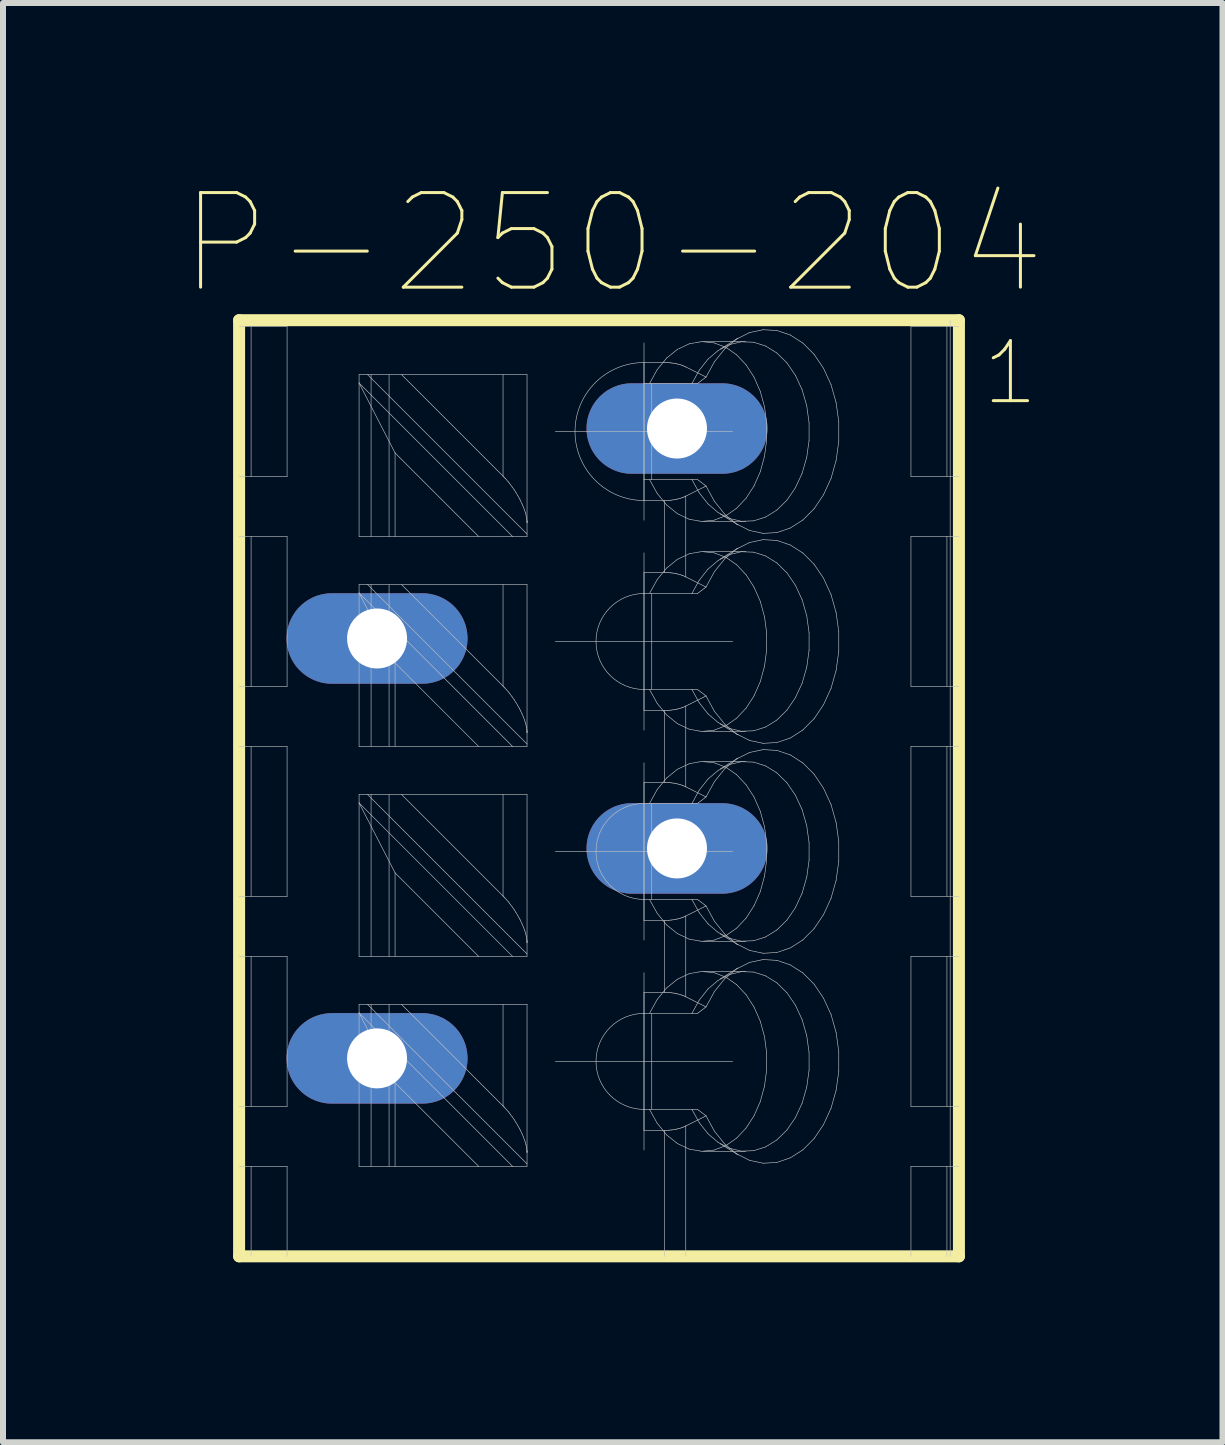
<source format=kicad_pcb>
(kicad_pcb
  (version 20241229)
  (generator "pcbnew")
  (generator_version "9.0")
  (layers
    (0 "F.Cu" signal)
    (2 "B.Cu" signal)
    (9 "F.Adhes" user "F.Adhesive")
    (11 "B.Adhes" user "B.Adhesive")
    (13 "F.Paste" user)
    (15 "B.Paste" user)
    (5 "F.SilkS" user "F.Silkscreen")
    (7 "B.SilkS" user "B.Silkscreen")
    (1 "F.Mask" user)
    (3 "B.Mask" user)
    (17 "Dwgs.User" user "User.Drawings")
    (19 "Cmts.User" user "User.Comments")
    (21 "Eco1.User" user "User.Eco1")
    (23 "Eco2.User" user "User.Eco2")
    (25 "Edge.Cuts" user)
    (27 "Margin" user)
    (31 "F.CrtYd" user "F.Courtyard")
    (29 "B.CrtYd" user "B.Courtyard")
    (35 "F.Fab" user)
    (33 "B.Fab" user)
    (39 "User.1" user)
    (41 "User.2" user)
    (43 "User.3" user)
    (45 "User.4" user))
  (footprint "P-250-204"
    (layer "F.Cu")
    (at 6.936 3.144)
    (property "Reference" "P-250-204" (at 0.229 -2.134 0) (layer "F.SilkS") (effects (font (size 1.577 1.577) (thickness 0.05))))
    (attr through_hole)
    (fp_line (start -6 -0.856) (end -6 14.75) (stroke (width 0.2) (type solid)) (layer "F.SilkS"))
    (fp_line (start -6 14.75) (end 6 14.75) (stroke (width 0.2) (type solid)) (layer "F.SilkS"))
    (fp_line (start 6 -0.856) (end -6 -0.856) (stroke (width 0.2) (type solid)) (layer "F.SilkS"))
    (fp_line (start 6 -0.856) (end 6 14.75) (stroke (width 0.2) (type solid)) (layer "F.SilkS"))
    (fp_line (start -6 1.75) (end -5.2 1.75) (stroke (width 0.01) (type solid)) (layer "Dwgs.User"))
    (fp_line (start -6 5.25) (end -5.2 5.25) (stroke (width 0.01) (type solid)) (layer "Dwgs.User"))
    (fp_line (start -6 8.75) (end -5.2 8.75) (stroke (width 0.01) (type solid)) (layer "Dwgs.User"))
    (fp_line (start -6 12.25) (end -5.2 12.25) (stroke (width 0.01) (type solid)) (layer "Dwgs.User"))
    (fp_line (start -5.8 -0.75) (end -5.8 1.75) (stroke (width 0.01) (type solid)) (layer "Dwgs.User"))
    (fp_line (start -5.8 2.75) (end -5.8 5.25) (stroke (width 0.01) (type solid)) (layer "Dwgs.User"))
    (fp_line (start -5.8 6.25) (end -5.8 8.75) (stroke (width 0.01) (type solid)) (layer "Dwgs.User"))
    (fp_line (start -5.8 9.75) (end -5.8 12.25) (stroke (width 0.01) (type solid)) (layer "Dwgs.User"))
    (fp_line (start -5.8 13.25) (end -5.8 14.75) (stroke (width 0.01) (type solid)) (layer "Dwgs.User"))
    (fp_line (start -5.2 -0.75) (end -6 -0.75) (stroke (width 0.01) (type solid)) (layer "Dwgs.User"))
    (fp_line (start -5.2 -0.75) (end -5.2 1.75) (stroke (width 0.01) (type solid)) (layer "Dwgs.User"))
    (fp_line (start -5.2 2.75) (end -6 2.75) (stroke (width 0.01) (type solid)) (layer "Dwgs.User"))
    (fp_line (start -5.2 2.75) (end -5.2 5.25) (stroke (width 0.01) (type solid)) (layer "Dwgs.User"))
    (fp_line (start -5.2 6.25) (end -6 6.25) (stroke (width 0.01) (type solid)) (layer "Dwgs.User"))
    (fp_line (start -5.2 6.25) (end -5.2 8.75) (stroke (width 0.01) (type solid)) (layer "Dwgs.User"))
    (fp_line (start -5.2 9.75) (end -6 9.75) (stroke (width 0.01) (type solid)) (layer "Dwgs.User"))
    (fp_line (start -5.2 9.75) (end -5.2 12.25) (stroke (width 0.01) (type solid)) (layer "Dwgs.User"))
    (fp_line (start -5.2 13.25) (end -6 13.25) (stroke (width 0.01) (type solid)) (layer "Dwgs.User"))
    (fp_line (start -5.2 13.25) (end -5.2 14.75) (stroke (width 0.01) (type solid)) (layer "Dwgs.User"))
    (fp_line (start -4 0.05) (end -3.859 0.05) (stroke (width 0.01) (type solid)) (layer "Dwgs.User"))
    (fp_line (start -4 0.191) (end -4 0.05) (stroke (width 0.01) (type solid)) (layer "Dwgs.User"))
    (fp_line (start -4 0.191) (end -1.441 2.75) (stroke (width 0.01) (type solid)) (layer "Dwgs.User"))
    (fp_line (start -4 2.75) (end -4 0.191) (stroke (width 0.01) (type solid)) (layer "Dwgs.User"))
    (fp_line (start -4 3.55) (end -3.859 3.55) (stroke (width 0.01) (type solid)) (layer "Dwgs.User"))
    (fp_line (start -4 3.691) (end -4 3.55) (stroke (width 0.01) (type solid)) (layer "Dwgs.User"))
    (fp_line (start -4 3.691) (end -1.441 6.25) (stroke (width 0.01) (type solid)) (layer "Dwgs.User"))
    (fp_line (start -4 6.25) (end -4 3.691) (stroke (width 0.01) (type solid)) (layer "Dwgs.User"))
    (fp_line (start -4 7.05) (end -3.859 7.05) (stroke (width 0.01) (type solid)) (layer "Dwgs.User"))
    (fp_line (start -4 7.191) (end -4 7.05) (stroke (width 0.01) (type solid)) (layer "Dwgs.User"))
    (fp_line (start -4 7.191) (end -1.441 9.75) (stroke (width 0.01) (type solid)) (layer "Dwgs.User"))
    (fp_line (start -4 9.75) (end -4 7.191) (stroke (width 0.01) (type solid)) (layer "Dwgs.User"))
    (fp_line (start -4 10.55) (end -3.859 10.55) (stroke (width 0.01) (type solid)) (layer "Dwgs.User"))
    (fp_line (start -4 10.691) (end -4 10.55) (stroke (width 0.01) (type solid)) (layer "Dwgs.User"))
    (fp_line (start -4 10.691) (end -1.441 13.25) (stroke (width 0.01) (type solid)) (layer "Dwgs.User"))
    (fp_line (start -4 13.25) (end -4 10.691) (stroke (width 0.01) (type solid)) (layer "Dwgs.User"))
    (fp_line (start -3.9 4.125) (end -3.9 4.875) (stroke (width 0.01) (type solid)) (layer "Dwgs.User"))
    (fp_line (start -3.9 11.125) (end -3.9 11.875) (stroke (width 0.01) (type solid)) (layer "Dwgs.User"))
    (fp_line (start -3.859 0.05) (end -1.2 0.05) (stroke (width 0.01) (type solid)) (layer "Dwgs.User"))
    (fp_line (start -3.859 0.05) (end -1.2 2.709) (stroke (width 0.01) (type solid)) (layer "Dwgs.User"))
    (fp_line (start -3.859 3.55) (end -1.2 3.55) (stroke (width 0.01) (type solid)) (layer "Dwgs.User"))
    (fp_line (start -3.859 3.55) (end -1.2 6.209) (stroke (width 0.01) (type solid)) (layer "Dwgs.User"))
    (fp_line (start -3.859 7.05) (end -1.2 7.05) (stroke (width 0.01) (type solid)) (layer "Dwgs.User"))
    (fp_line (start -3.859 7.05) (end -1.2 9.709) (stroke (width 0.01) (type solid)) (layer "Dwgs.User"))
    (fp_line (start -3.859 10.55) (end -1.2 10.55) (stroke (width 0.01) (type solid)) (layer "Dwgs.User"))
    (fp_line (start -3.859 10.55) (end -1.2 13.209) (stroke (width 0.01) (type solid)) (layer "Dwgs.User"))
    (fp_line (start -3.8 2.75) (end -3.8 0.05) (stroke (width 0.01) (type solid)) (layer "Dwgs.User"))
    (fp_line (start -3.8 6.25) (end -3.8 3.55) (stroke (width 0.01) (type solid)) (layer "Dwgs.User"))
    (fp_line (start -3.8 9.75) (end -3.8 7.05) (stroke (width 0.01) (type solid)) (layer "Dwgs.User"))
    (fp_line (start -3.8 13.25) (end -3.8 10.55) (stroke (width 0.01) (type solid)) (layer "Dwgs.User"))
    (fp_line (start -3.5 2.75) (end -3.5 0.05) (stroke (width 0.01) (type solid)) (layer "Dwgs.User"))
    (fp_line (start -3.5 4.125) (end -3.9 4.125) (stroke (width 0.01) (type solid)) (layer "Dwgs.User"))
    (fp_line (start -3.5 4.875) (end -3.9 4.875) (stroke (width 0.01) (type solid)) (layer "Dwgs.User"))
    (fp_line (start -3.5 6.25) (end -3.5 3.55) (stroke (width 0.01) (type solid)) (layer "Dwgs.User"))
    (fp_line (start -3.5 9.75) (end -3.5 7.05) (stroke (width 0.01) (type solid)) (layer "Dwgs.User"))
    (fp_line (start -3.5 11.125) (end -3.9 11.125) (stroke (width 0.01) (type solid)) (layer "Dwgs.User"))
    (fp_line (start -3.5 11.875) (end -3.9 11.875) (stroke (width 0.01) (type solid)) (layer "Dwgs.User"))
    (fp_line (start -3.5 13.25) (end -3.5 10.55) (stroke (width 0.01) (type solid)) (layer "Dwgs.User"))
    (fp_line (start -3.4 1.357) (end -4 0.191) (stroke (width 0.01) (type solid)) (layer "Dwgs.User"))
    (fp_line (start -3.4 2.75) (end -3.4 1.357) (stroke (width 0.01) (type solid)) (layer "Dwgs.User"))
    (fp_line (start -3.4 4.857) (end -4 3.691) (stroke (width 0.01) (type solid)) (layer "Dwgs.User"))
    (fp_line (start -3.4 6.25) (end -3.4 4.857) (stroke (width 0.01) (type solid)) (layer "Dwgs.User"))
    (fp_line (start -3.4 8.357) (end -4 7.191) (stroke (width 0.01) (type solid)) (layer "Dwgs.User"))
    (fp_line (start -3.4 9.75) (end -3.4 8.357) (stroke (width 0.01) (type solid)) (layer "Dwgs.User"))
    (fp_line (start -3.4 11.857) (end -4 10.691) (stroke (width 0.01) (type solid)) (layer "Dwgs.User"))
    (fp_line (start -3.4 13.25) (end -3.4 11.857) (stroke (width 0.01) (type solid)) (layer "Dwgs.User"))
    (fp_line (start -3.293 0.05) (end -1.6 1.743) (stroke (width 0.01) (type solid)) (layer "Dwgs.User"))
    (fp_line (start -3.293 3.55) (end -1.6 5.243) (stroke (width 0.01) (type solid)) (layer "Dwgs.User"))
    (fp_line (start -3.293 7.05) (end -1.6 8.743) (stroke (width 0.01) (type solid)) (layer "Dwgs.User"))
    (fp_line (start -3.293 10.55) (end -1.6 12.243) (stroke (width 0.01) (type solid)) (layer "Dwgs.User"))
    (fp_line (start -2.007 2.75) (end -4 2.75) (stroke (width 0.01) (type solid)) (layer "Dwgs.User"))
    (fp_line (start -2.007 2.75) (end -3.4 1.357) (stroke (width 0.01) (type solid)) (layer "Dwgs.User"))
    (fp_line (start -2.007 6.25) (end -4 6.25) (stroke (width 0.01) (type solid)) (layer "Dwgs.User"))
    (fp_line (start -2.007 6.25) (end -3.4 4.857) (stroke (width 0.01) (type solid)) (layer "Dwgs.User"))
    (fp_line (start -2.007 9.75) (end -4 9.75) (stroke (width 0.01) (type solid)) (layer "Dwgs.User"))
    (fp_line (start -2.007 9.75) (end -3.4 8.357) (stroke (width 0.01) (type solid)) (layer "Dwgs.User"))
    (fp_line (start -2.007 13.25) (end -4 13.25) (stroke (width 0.01) (type solid)) (layer "Dwgs.User"))
    (fp_line (start -2.007 13.25) (end -3.4 11.857) (stroke (width 0.01) (type solid)) (layer "Dwgs.User"))
    (fp_line (start -1.6 1.743) (end -1.6 0.05) (stroke (width 0.01) (type solid)) (layer "Dwgs.User"))
    (fp_line (start -1.6 5.243) (end -1.6 3.55) (stroke (width 0.01) (type solid)) (layer "Dwgs.User"))
    (fp_line (start -1.6 8.743) (end -1.6 7.05) (stroke (width 0.01) (type solid)) (layer "Dwgs.User"))
    (fp_line (start -1.6 12.243) (end -1.6 10.55) (stroke (width 0.01) (type solid)) (layer "Dwgs.User"))
    (fp_line (start -1.597 1.746) (end -1.6 1.743) (stroke (width 0.01) (type solid)) (layer "Dwgs.User"))
    (fp_line (start -1.597 5.246) (end -1.6 5.243) (stroke (width 0.01) (type solid)) (layer "Dwgs.User"))
    (fp_line (start -1.597 8.746) (end -1.6 8.743) (stroke (width 0.01) (type solid)) (layer "Dwgs.User"))
    (fp_line (start -1.597 12.246) (end -1.6 12.243) (stroke (width 0.01) (type solid)) (layer "Dwgs.User"))
    (fp_line (start -1.591 1.752) (end -1.597 1.746) (stroke (width 0.01) (type solid)) (layer "Dwgs.User"))
    (fp_line (start -1.591 5.252) (end -1.597 5.246) (stroke (width 0.01) (type solid)) (layer "Dwgs.User"))
    (fp_line (start -1.591 8.752) (end -1.597 8.746) (stroke (width 0.01) (type solid)) (layer "Dwgs.User"))
    (fp_line (start -1.591 12.252) (end -1.597 12.246) (stroke (width 0.01) (type solid)) (layer "Dwgs.User"))
    (fp_line (start -1.583 1.761) (end -1.591 1.752) (stroke (width 0.01) (type solid)) (layer "Dwgs.User"))
    (fp_line (start -1.583 5.261) (end -1.591 5.252) (stroke (width 0.01) (type solid)) (layer "Dwgs.User"))
    (fp_line (start -1.583 8.761) (end -1.591 8.752) (stroke (width 0.01) (type solid)) (layer "Dwgs.User"))
    (fp_line (start -1.583 12.261) (end -1.591 12.252) (stroke (width 0.01) (type solid)) (layer "Dwgs.User"))
    (fp_line (start -1.58 1.764) (end -1.583 1.761) (stroke (width 0.01) (type solid)) (layer "Dwgs.User"))
    (fp_line (start -1.58 5.264) (end -1.583 5.261) (stroke (width 0.01) (type solid)) (layer "Dwgs.User"))
    (fp_line (start -1.58 8.764) (end -1.583 8.761) (stroke (width 0.01) (type solid)) (layer "Dwgs.User"))
    (fp_line (start -1.58 12.264) (end -1.583 12.261) (stroke (width 0.01) (type solid)) (layer "Dwgs.User"))
    (fp_line (start -1.568 1.776) (end -1.58 1.764) (stroke (width 0.01) (type solid)) (layer "Dwgs.User"))
    (fp_line (start -1.568 5.276) (end -1.58 5.264) (stroke (width 0.01) (type solid)) (layer "Dwgs.User"))
    (fp_line (start -1.568 8.776) (end -1.58 8.764) (stroke (width 0.01) (type solid)) (layer "Dwgs.User"))
    (fp_line (start -1.568 12.276) (end -1.58 12.264) (stroke (width 0.01) (type solid)) (layer "Dwgs.User"))
    (fp_line (start -1.548 1.798) (end -1.568 1.776) (stroke (width 0.01) (type solid)) (layer "Dwgs.User"))
    (fp_line (start -1.548 5.298) (end -1.568 5.276) (stroke (width 0.01) (type solid)) (layer "Dwgs.User"))
    (fp_line (start -1.548 8.798) (end -1.568 8.776) (stroke (width 0.01) (type solid)) (layer "Dwgs.User"))
    (fp_line (start -1.548 12.298) (end -1.568 12.276) (stroke (width 0.01) (type solid)) (layer "Dwgs.User"))
    (fp_line (start -1.513 1.838) (end -1.548 1.798) (stroke (width 0.01) (type solid)) (layer "Dwgs.User"))
    (fp_line (start -1.513 5.338) (end -1.548 5.298) (stroke (width 0.01) (type solid)) (layer "Dwgs.User"))
    (fp_line (start -1.513 8.838) (end -1.548 8.798) (stroke (width 0.01) (type solid)) (layer "Dwgs.User"))
    (fp_line (start -1.513 12.338) (end -1.548 12.298) (stroke (width 0.01) (type solid)) (layer "Dwgs.User"))
    (fp_line (start -1.496 1.859) (end -1.513 1.838) (stroke (width 0.01) (type solid)) (layer "Dwgs.User"))
    (fp_line (start -1.496 5.359) (end -1.513 5.338) (stroke (width 0.01) (type solid)) (layer "Dwgs.User"))
    (fp_line (start -1.496 8.859) (end -1.513 8.838) (stroke (width 0.01) (type solid)) (layer "Dwgs.User"))
    (fp_line (start -1.496 12.359) (end -1.513 12.338) (stroke (width 0.01) (type solid)) (layer "Dwgs.User"))
    (fp_line (start -1.48 1.881) (end -1.496 1.859) (stroke (width 0.01) (type solid)) (layer "Dwgs.User"))
    (fp_line (start -1.48 5.381) (end -1.496 5.359) (stroke (width 0.01) (type solid)) (layer "Dwgs.User"))
    (fp_line (start -1.48 8.881) (end -1.496 8.859) (stroke (width 0.01) (type solid)) (layer "Dwgs.User"))
    (fp_line (start -1.48 12.381) (end -1.496 12.359) (stroke (width 0.01) (type solid)) (layer "Dwgs.User"))
    (fp_line (start -1.447 1.925) (end -1.48 1.881) (stroke (width 0.01) (type solid)) (layer "Dwgs.User"))
    (fp_line (start -1.447 5.425) (end -1.48 5.381) (stroke (width 0.01) (type solid)) (layer "Dwgs.User"))
    (fp_line (start -1.447 8.925) (end -1.48 8.881) (stroke (width 0.01) (type solid)) (layer "Dwgs.User"))
    (fp_line (start -1.447 12.425) (end -1.48 12.381) (stroke (width 0.01) (type solid)) (layer "Dwgs.User"))
    (fp_line (start -1.441 2.75) (end -2.007 2.75) (stroke (width 0.01) (type solid)) (layer "Dwgs.User"))
    (fp_line (start -1.441 6.25) (end -2.007 6.25) (stroke (width 0.01) (type solid)) (layer "Dwgs.User"))
    (fp_line (start -1.441 9.75) (end -2.007 9.75) (stroke (width 0.01) (type solid)) (layer "Dwgs.User"))
    (fp_line (start -1.441 13.25) (end -2.007 13.25) (stroke (width 0.01) (type solid)) (layer "Dwgs.User"))
    (fp_line (start -1.415 1.97) (end -1.447 1.925) (stroke (width 0.01) (type solid)) (layer "Dwgs.User"))
    (fp_line (start -1.415 5.47) (end -1.447 5.425) (stroke (width 0.01) (type solid)) (layer "Dwgs.User"))
    (fp_line (start -1.415 8.97) (end -1.447 8.925) (stroke (width 0.01) (type solid)) (layer "Dwgs.User"))
    (fp_line (start -1.415 12.47) (end -1.447 12.425) (stroke (width 0.01) (type solid)) (layer "Dwgs.User"))
    (fp_line (start -1.385 2.017) (end -1.415 1.97) (stroke (width 0.01) (type solid)) (layer "Dwgs.User"))
    (fp_line (start -1.385 5.517) (end -1.415 5.47) (stroke (width 0.01) (type solid)) (layer "Dwgs.User"))
    (fp_line (start -1.385 9.017) (end -1.415 8.97) (stroke (width 0.01) (type solid)) (layer "Dwgs.User"))
    (fp_line (start -1.385 12.517) (end -1.415 12.47) (stroke (width 0.01) (type solid)) (layer "Dwgs.User"))
    (fp_line (start -1.357 2.064) (end -1.385 2.017) (stroke (width 0.01) (type solid)) (layer "Dwgs.User"))
    (fp_line (start -1.357 5.564) (end -1.385 5.517) (stroke (width 0.01) (type solid)) (layer "Dwgs.User"))
    (fp_line (start -1.357 9.064) (end -1.385 9.017) (stroke (width 0.01) (type solid)) (layer "Dwgs.User"))
    (fp_line (start -1.357 12.564) (end -1.385 12.517) (stroke (width 0.01) (type solid)) (layer "Dwgs.User"))
    (fp_line (start -1.33 2.112) (end -1.357 2.064) (stroke (width 0.01) (type solid)) (layer "Dwgs.User"))
    (fp_line (start -1.33 5.612) (end -1.357 5.564) (stroke (width 0.01) (type solid)) (layer "Dwgs.User"))
    (fp_line (start -1.33 9.112) (end -1.357 9.064) (stroke (width 0.01) (type solid)) (layer "Dwgs.User"))
    (fp_line (start -1.33 12.612) (end -1.357 12.564) (stroke (width 0.01) (type solid)) (layer "Dwgs.User"))
    (fp_line (start -1.317 2.136) (end -1.33 2.112) (stroke (width 0.01) (type solid)) (layer "Dwgs.User"))
    (fp_line (start -1.317 5.636) (end -1.33 5.612) (stroke (width 0.01) (type solid)) (layer "Dwgs.User"))
    (fp_line (start -1.317 9.136) (end -1.33 9.112) (stroke (width 0.01) (type solid)) (layer "Dwgs.User"))
    (fp_line (start -1.317 12.636) (end -1.33 12.612) (stroke (width 0.01) (type solid)) (layer "Dwgs.User"))
    (fp_line (start -1.305 2.16) (end -1.317 2.136) (stroke (width 0.01) (type solid)) (layer "Dwgs.User"))
    (fp_line (start -1.305 5.66) (end -1.317 5.636) (stroke (width 0.01) (type solid)) (layer "Dwgs.User"))
    (fp_line (start -1.305 9.16) (end -1.317 9.136) (stroke (width 0.01) (type solid)) (layer "Dwgs.User"))
    (fp_line (start -1.305 12.66) (end -1.317 12.636) (stroke (width 0.01) (type solid)) (layer "Dwgs.User"))
    (fp_line (start -1.283 2.208) (end -1.305 2.16) (stroke (width 0.01) (type solid)) (layer "Dwgs.User"))
    (fp_line (start -1.283 5.708) (end -1.305 5.66) (stroke (width 0.01) (type solid)) (layer "Dwgs.User"))
    (fp_line (start -1.283 9.208) (end -1.305 9.16) (stroke (width 0.01) (type solid)) (layer "Dwgs.User"))
    (fp_line (start -1.283 12.708) (end -1.305 12.66) (stroke (width 0.01) (type solid)) (layer "Dwgs.User"))
    (fp_line (start -1.263 2.255) (end -1.283 2.208) (stroke (width 0.01) (type solid)) (layer "Dwgs.User"))
    (fp_line (start -1.263 5.755) (end -1.283 5.708) (stroke (width 0.01) (type solid)) (layer "Dwgs.User"))
    (fp_line (start -1.263 9.255) (end -1.283 9.208) (stroke (width 0.01) (type solid)) (layer "Dwgs.User"))
    (fp_line (start -1.263 12.755) (end -1.283 12.708) (stroke (width 0.01) (type solid)) (layer "Dwgs.User"))
    (fp_line (start -1.245 2.301) (end -1.263 2.255) (stroke (width 0.01) (type solid)) (layer "Dwgs.User"))
    (fp_line (start -1.245 5.801) (end -1.263 5.755) (stroke (width 0.01) (type solid)) (layer "Dwgs.User"))
    (fp_line (start -1.245 9.301) (end -1.263 9.255) (stroke (width 0.01) (type solid)) (layer "Dwgs.User"))
    (fp_line (start -1.245 12.801) (end -1.263 12.755) (stroke (width 0.01) (type solid)) (layer "Dwgs.User"))
    (fp_line (start -1.23 2.345) (end -1.245 2.301) (stroke (width 0.01) (type solid)) (layer "Dwgs.User"))
    (fp_line (start -1.23 5.845) (end -1.245 5.801) (stroke (width 0.01) (type solid)) (layer "Dwgs.User"))
    (fp_line (start -1.23 9.345) (end -1.245 9.301) (stroke (width 0.01) (type solid)) (layer "Dwgs.User"))
    (fp_line (start -1.23 12.845) (end -1.245 12.801) (stroke (width 0.01) (type solid)) (layer "Dwgs.User"))
    (fp_line (start -1.218 2.388) (end -1.23 2.345) (stroke (width 0.01) (type solid)) (layer "Dwgs.User"))
    (fp_line (start -1.218 5.888) (end -1.23 5.845) (stroke (width 0.01) (type solid)) (layer "Dwgs.User"))
    (fp_line (start -1.218 9.388) (end -1.23 9.345) (stroke (width 0.01) (type solid)) (layer "Dwgs.User"))
    (fp_line (start -1.218 12.888) (end -1.23 12.845) (stroke (width 0.01) (type solid)) (layer "Dwgs.User"))
    (fp_line (start -1.214 2.409) (end -1.218 2.388) (stroke (width 0.01) (type solid)) (layer "Dwgs.User"))
    (fp_line (start -1.214 5.909) (end -1.218 5.888) (stroke (width 0.01) (type solid)) (layer "Dwgs.User"))
    (fp_line (start -1.214 9.409) (end -1.218 9.388) (stroke (width 0.01) (type solid)) (layer "Dwgs.User"))
    (fp_line (start -1.214 12.909) (end -1.218 12.888) (stroke (width 0.01) (type solid)) (layer "Dwgs.User"))
    (fp_line (start -1.21 2.429) (end -1.214 2.409) (stroke (width 0.01) (type solid)) (layer "Dwgs.User"))
    (fp_line (start -1.21 5.929) (end -1.214 5.909) (stroke (width 0.01) (type solid)) (layer "Dwgs.User"))
    (fp_line (start -1.21 9.429) (end -1.214 9.409) (stroke (width 0.01) (type solid)) (layer "Dwgs.User"))
    (fp_line (start -1.21 12.929) (end -1.214 12.909) (stroke (width 0.01) (type solid)) (layer "Dwgs.User"))
    (fp_line (start -1.203 2.467) (end -1.21 2.429) (stroke (width 0.01) (type solid)) (layer "Dwgs.User"))
    (fp_line (start -1.203 5.967) (end -1.21 5.929) (stroke (width 0.01) (type solid)) (layer "Dwgs.User"))
    (fp_line (start -1.203 9.467) (end -1.21 9.429) (stroke (width 0.01) (type solid)) (layer "Dwgs.User"))
    (fp_line (start -1.203 12.967) (end -1.21 12.929) (stroke (width 0.01) (type solid)) (layer "Dwgs.User"))
    (fp_line (start -1.201 2.489) (end -1.203 2.467) (stroke (width 0.01) (type solid)) (layer "Dwgs.User"))
    (fp_line (start -1.201 5.989) (end -1.203 5.967) (stroke (width 0.01) (type solid)) (layer "Dwgs.User"))
    (fp_line (start -1.201 9.489) (end -1.203 9.467) (stroke (width 0.01) (type solid)) (layer "Dwgs.User"))
    (fp_line (start -1.201 12.989) (end -1.203 12.967) (stroke (width 0.01) (type solid)) (layer "Dwgs.User"))
    (fp_line (start -1.201 2.494) (end -1.201 2.489) (stroke (width 0.01) (type solid)) (layer "Dwgs.User"))
    (fp_line (start -1.201 5.995) (end -1.201 5.989) (stroke (width 0.01) (type solid)) (layer "Dwgs.User"))
    (fp_line (start -1.201 9.495) (end -1.201 9.489) (stroke (width 0.01) (type solid)) (layer "Dwgs.User"))
    (fp_line (start -1.201 12.995) (end -1.201 12.989) (stroke (width 0.01) (type solid)) (layer "Dwgs.User"))
    (fp_line (start -1.2 2.5) (end -1.201 2.494) (stroke (width 0.01) (type solid)) (layer "Dwgs.User"))
    (fp_line (start -1.2 6) (end -1.201 5.995) (stroke (width 0.01) (type solid)) (layer "Dwgs.User"))
    (fp_line (start -1.2 9.5) (end -1.201 9.495) (stroke (width 0.01) (type solid)) (layer "Dwgs.User"))
    (fp_line (start -1.2 13) (end -1.201 12.995) (stroke (width 0.01) (type solid)) (layer "Dwgs.User"))
    (fp_line (start -1.2 2.503) (end -1.2 2.5) (stroke (width 0.01) (type solid)) (layer "Dwgs.User"))
    (fp_line (start -1.2 6.003) (end -1.2 6) (stroke (width 0.01) (type solid)) (layer "Dwgs.User"))
    (fp_line (start -1.2 9.503) (end -1.2 9.5) (stroke (width 0.01) (type solid)) (layer "Dwgs.User"))
    (fp_line (start -1.2 13.003) (end -1.2 13) (stroke (width 0.01) (type solid)) (layer "Dwgs.User"))
    (fp_line (start -1.2 2.506) (end -1.2 2.503) (stroke (width 0.01) (type solid)) (layer "Dwgs.User"))
    (fp_line (start -1.2 6.006) (end -1.2 6.003) (stroke (width 0.01) (type solid)) (layer "Dwgs.User"))
    (fp_line (start -1.2 9.506) (end -1.2 9.503) (stroke (width 0.01) (type solid)) (layer "Dwgs.User"))
    (fp_line (start -1.2 13.006) (end -1.2 13.003) (stroke (width 0.01) (type solid)) (layer "Dwgs.User"))
    (fp_line (start -1.2 2.512) (end -1.2 2.506) (stroke (width 0.01) (type solid)) (layer "Dwgs.User"))
    (fp_line (start -1.2 6.012) (end -1.2 6.006) (stroke (width 0.01) (type solid)) (layer "Dwgs.User"))
    (fp_line (start -1.2 9.512) (end -1.2 9.506) (stroke (width 0.01) (type solid)) (layer "Dwgs.User"))
    (fp_line (start -1.2 13.012) (end -1.2 13.006) (stroke (width 0.01) (type solid)) (layer "Dwgs.User"))
    (fp_line (start -1.2 0.05) (end -1.2 2.75) (stroke (width 0.01) (type solid)) (layer "Dwgs.User"))
    (fp_line (start -1.2 2.517) (end -1.2 2.512) (stroke (width 0.01) (type solid)) (layer "Dwgs.User"))
    (fp_line (start -1.2 2.52) (end -1.2 2.517) (stroke (width 0.01) (type solid)) (layer "Dwgs.User"))
    (fp_line (start -1.2 2.75) (end -1.441 2.75) (stroke (width 0.01) (type solid)) (layer "Dwgs.User"))
    (fp_line (start -1.2 3.55) (end -1.2 6.25) (stroke (width 0.01) (type solid)) (layer "Dwgs.User"))
    (fp_line (start -1.2 6.017) (end -1.2 6.012) (stroke (width 0.01) (type solid)) (layer "Dwgs.User"))
    (fp_line (start -1.2 6.02) (end -1.2 6.017) (stroke (width 0.01) (type solid)) (layer "Dwgs.User"))
    (fp_line (start -1.2 6.25) (end -1.441 6.25) (stroke (width 0.01) (type solid)) (layer "Dwgs.User"))
    (fp_line (start -1.2 7.05) (end -1.2 9.75) (stroke (width 0.01) (type solid)) (layer "Dwgs.User"))
    (fp_line (start -1.2 9.517) (end -1.2 9.512) (stroke (width 0.01) (type solid)) (layer "Dwgs.User"))
    (fp_line (start -1.2 9.52) (end -1.2 9.517) (stroke (width 0.01) (type solid)) (layer "Dwgs.User"))
    (fp_line (start -1.2 9.75) (end -1.441 9.75) (stroke (width 0.01) (type solid)) (layer "Dwgs.User"))
    (fp_line (start -1.2 10.55) (end -1.2 13.25) (stroke (width 0.01) (type solid)) (layer "Dwgs.User"))
    (fp_line (start -1.2 13.017) (end -1.2 13.012) (stroke (width 0.01) (type solid)) (layer "Dwgs.User"))
    (fp_line (start -1.2 13.02) (end -1.2 13.017) (stroke (width 0.01) (type solid)) (layer "Dwgs.User"))
    (fp_line (start -1.2 13.25) (end -1.441 13.25) (stroke (width 0.01) (type solid)) (layer "Dwgs.User"))
    (fp_line (start -0.728 1) (end 2.228 1) (stroke (width 0.01) (type solid)) (layer "Dwgs.User"))
    (fp_line (start -0.728 4.5) (end 2.228 4.5) (stroke (width 0.01) (type solid)) (layer "Dwgs.User"))
    (fp_line (start -0.728 8) (end 2.228 8) (stroke (width 0.01) (type solid)) (layer "Dwgs.User"))
    (fp_line (start -0.728 11.5) (end 2.228 11.5) (stroke (width 0.01) (type solid)) (layer "Dwgs.User"))
    (fp_line (start 0.75 -0.15) (end 0.75 0.2) (stroke (width 0.01) (type solid)) (layer "Dwgs.User"))
    (fp_line (start 0.75 -0.15) (end 1.093 -0.15) (stroke (width 0.01) (type solid)) (layer "Dwgs.User"))
    (fp_line (start 0.75 0.2) (end 0.75 1.8) (stroke (width 0.01) (type solid)) (layer "Dwgs.User"))
    (fp_line (start 0.75 1.8) (end 0.75 2.15) (stroke (width 0.01) (type solid)) (layer "Dwgs.User"))
    (fp_line (start 0.75 1.8) (end 1.549 1.8) (stroke (width 0.01) (type solid)) (layer "Dwgs.User"))
    (fp_line (start 0.75 2.478) (end 0.75 -0.478) (stroke (width 0.01) (type solid)) (layer "Dwgs.User"))
    (fp_line (start 0.75 3.35) (end 0.75 3.7) (stroke (width 0.01) (type solid)) (layer "Dwgs.User"))
    (fp_line (start 0.75 3.35) (end 1.093 3.35) (stroke (width 0.01) (type solid)) (layer "Dwgs.User"))
    (fp_line (start 0.75 3.7) (end 0.75 5.3) (stroke (width 0.01) (type solid)) (layer "Dwgs.User"))
    (fp_line (start 0.75 5.3) (end 1.549 5.3) (stroke (width 0.01) (type solid)) (layer "Dwgs.User"))
    (fp_line (start 0.75 5.65) (end 0.75 5.3) (stroke (width 0.01) (type solid)) (layer "Dwgs.User"))
    (fp_line (start 0.75 5.978) (end 0.75 3.022) (stroke (width 0.01) (type solid)) (layer "Dwgs.User"))
    (fp_line (start 0.75 6.85) (end 0.75 7.2) (stroke (width 0.01) (type solid)) (layer "Dwgs.User"))
    (fp_line (start 0.75 6.85) (end 1.093 6.85) (stroke (width 0.01) (type solid)) (layer "Dwgs.User"))
    (fp_line (start 0.75 7.2) (end 0.75 8.8) (stroke (width 0.01) (type solid)) (layer "Dwgs.User"))
    (fp_line (start 0.75 8.8) (end 1.549 8.8) (stroke (width 0.01) (type solid)) (layer "Dwgs.User"))
    (fp_line (start 0.75 9.15) (end 0.75 8.8) (stroke (width 0.01) (type solid)) (layer "Dwgs.User"))
    (fp_line (start 0.75 9.478) (end 0.75 6.522) (stroke (width 0.01) (type solid)) (layer "Dwgs.User"))
    (fp_line (start 0.75 10.35) (end 0.75 10.7) (stroke (width 0.01) (type solid)) (layer "Dwgs.User"))
    (fp_line (start 0.75 10.35) (end 1.093 10.35) (stroke (width 0.01) (type solid)) (layer "Dwgs.User"))
    (fp_line (start 0.75 10.7) (end 0.75 12.3) (stroke (width 0.01) (type solid)) (layer "Dwgs.User"))
    (fp_line (start 0.75 12.3) (end 1.549 12.3) (stroke (width 0.01) (type solid)) (layer "Dwgs.User"))
    (fp_line (start 0.75 12.65) (end 0.75 12.3) (stroke (width 0.01) (type solid)) (layer "Dwgs.User"))
    (fp_line (start 0.75 12.978) (end 0.75 10.022) (stroke (width 0.01) (type solid)) (layer "Dwgs.User"))
    (fp_line (start 0.842 0.2) (end 0.97 -0.032) (stroke (width 0.01) (type solid)) (layer "Dwgs.User"))
    (fp_line (start 0.842 3.7) (end 0.97 3.468) (stroke (width 0.01) (type solid)) (layer "Dwgs.User"))
    (fp_line (start 0.842 7.2) (end 0.97 6.968) (stroke (width 0.01) (type solid)) (layer "Dwgs.User"))
    (fp_line (start 0.842 10.7) (end 0.97 10.468) (stroke (width 0.01) (type solid)) (layer "Dwgs.User"))
    (fp_line (start 0.879 0.2) (end 0.879 1.8) (stroke (width 0.01) (type solid)) (layer "Dwgs.User"))
    (fp_line (start 0.879 3.7) (end 0.879 5.3) (stroke (width 0.01) (type solid)) (layer "Dwgs.User"))
    (fp_line (start 0.879 7.2) (end 0.879 8.8) (stroke (width 0.01) (type solid)) (layer "Dwgs.User"))
    (fp_line (start 0.879 10.7) (end 0.879 12.3) (stroke (width 0.01) (type solid)) (layer "Dwgs.User"))
    (fp_line (start 0.97 -0.032) (end 1.127 -0.225) (stroke (width 0.01) (type solid)) (layer "Dwgs.User"))
    (fp_line (start 0.97 2.032) (end 0.842 1.8) (stroke (width 0.01) (type solid)) (layer "Dwgs.User"))
    (fp_line (start 0.97 3.468) (end 1.127 3.276) (stroke (width 0.01) (type solid)) (layer "Dwgs.User"))
    (fp_line (start 0.97 5.532) (end 0.842 5.3) (stroke (width 0.01) (type solid)) (layer "Dwgs.User"))
    (fp_line (start 0.97 6.968) (end 1.127 6.776) (stroke (width 0.01) (type solid)) (layer "Dwgs.User"))
    (fp_line (start 0.97 9.032) (end 0.842 8.8) (stroke (width 0.01) (type solid)) (layer "Dwgs.User"))
    (fp_line (start 0.97 10.468) (end 1.127 10.275) (stroke (width 0.01) (type solid)) (layer "Dwgs.User"))
    (fp_line (start 0.97 12.532) (end 0.842 12.3) (stroke (width 0.01) (type solid)) (layer "Dwgs.User"))
    (fp_line (start 1.093 2.15) (end 0.75 2.15) (stroke (width 0.01) (type solid)) (layer "Dwgs.User"))
    (fp_line (start 1.093 2.15) (end 1.093 3.35) (stroke (width 0.01) (type solid)) (layer "Dwgs.User"))
    (fp_line (start 1.093 2.15) (end 1.104 2.15) (stroke (width 0.01) (type solid)) (layer "Dwgs.User"))
    (fp_line (start 1.093 5.65) (end 0.75 5.65) (stroke (width 0.01) (type solid)) (layer "Dwgs.User"))
    (fp_line (start 1.093 5.65) (end 1.093 6.85) (stroke (width 0.01) (type solid)) (layer "Dwgs.User"))
    (fp_line (start 1.093 5.65) (end 1.104 5.65) (stroke (width 0.01) (type solid)) (layer "Dwgs.User"))
    (fp_line (start 1.093 9.15) (end 0.75 9.15) (stroke (width 0.01) (type solid)) (layer "Dwgs.User"))
    (fp_line (start 1.093 9.15) (end 1.093 10.35) (stroke (width 0.01) (type solid)) (layer "Dwgs.User"))
    (fp_line (start 1.093 9.15) (end 1.104 9.15) (stroke (width 0.01) (type solid)) (layer "Dwgs.User"))
    (fp_line (start 1.093 12.65) (end 0.75 12.65) (stroke (width 0.01) (type solid)) (layer "Dwgs.User"))
    (fp_line (start 1.093 12.65) (end 1.093 14.75) (stroke (width 0.01) (type solid)) (layer "Dwgs.User"))
    (fp_line (start 1.093 12.65) (end 1.104 12.65) (stroke (width 0.01) (type solid)) (layer "Dwgs.User"))
    (fp_line (start 1.1 0.625) (end 1.1 1.375) (stroke (width 0.01) (type solid)) (layer "Dwgs.User"))
    (fp_line (start 1.1 1.375) (end 1.5 1.375) (stroke (width 0.01) (type solid)) (layer "Dwgs.User"))
    (fp_line (start 1.1 7.625) (end 1.1 8.375) (stroke (width 0.01) (type solid)) (layer "Dwgs.User"))
    (fp_line (start 1.1 8.375) (end 1.5 8.375) (stroke (width 0.01) (type solid)) (layer "Dwgs.User"))
    (fp_line (start 1.104 -0.15) (end 1.093 -0.15) (stroke (width 0.01) (type solid)) (layer "Dwgs.User"))
    (fp_line (start 1.104 2.15) (end 1.126 2.15) (stroke (width 0.01) (type solid)) (layer "Dwgs.User"))
    (fp_line (start 1.104 3.35) (end 1.093 3.35) (stroke (width 0.01) (type solid)) (layer "Dwgs.User"))
    (fp_line (start 1.104 5.65) (end 1.126 5.649) (stroke (width 0.01) (type solid)) (layer "Dwgs.User"))
    (fp_line (start 1.104 6.85) (end 1.093 6.85) (stroke (width 0.01) (type solid)) (layer "Dwgs.User"))
    (fp_line (start 1.104 9.15) (end 1.126 9.149) (stroke (width 0.01) (type solid)) (layer "Dwgs.User"))
    (fp_line (start 1.104 10.35) (end 1.093 10.35) (stroke (width 0.01) (type solid)) (layer "Dwgs.User"))
    (fp_line (start 1.104 12.65) (end 1.126 12.649) (stroke (width 0.01) (type solid)) (layer "Dwgs.User"))
    (fp_line (start 1.126 -0.149) (end 1.104 -0.15) (stroke (width 0.01) (type solid)) (layer "Dwgs.User"))
    (fp_line (start 1.126 2.15) (end 1.147 2.148) (stroke (width 0.01) (type solid)) (layer "Dwgs.User"))
    (fp_line (start 1.126 3.35) (end 1.104 3.35) (stroke (width 0.01) (type solid)) (layer "Dwgs.User"))
    (fp_line (start 1.126 5.649) (end 1.147 5.649) (stroke (width 0.01) (type solid)) (layer "Dwgs.User"))
    (fp_line (start 1.126 6.851) (end 1.104 6.85) (stroke (width 0.01) (type solid)) (layer "Dwgs.User"))
    (fp_line (start 1.126 9.149) (end 1.147 9.149) (stroke (width 0.01) (type solid)) (layer "Dwgs.User"))
    (fp_line (start 1.126 10.351) (end 1.104 10.35) (stroke (width 0.01) (type solid)) (layer "Dwgs.User"))
    (fp_line (start 1.126 12.649) (end 1.147 12.649) (stroke (width 0.01) (type solid)) (layer "Dwgs.User"))
    (fp_line (start 1.127 -0.225) (end 1.307 -0.37) (stroke (width 0.01) (type solid)) (layer "Dwgs.User"))
    (fp_line (start 1.127 2.224) (end 0.97 2.032) (stroke (width 0.01) (type solid)) (layer "Dwgs.User"))
    (fp_line (start 1.127 3.276) (end 1.307 3.13) (stroke (width 0.01) (type solid)) (layer "Dwgs.User"))
    (fp_line (start 1.127 5.724) (end 0.97 5.532) (stroke (width 0.01) (type solid)) (layer "Dwgs.User"))
    (fp_line (start 1.127 6.776) (end 1.307 6.63) (stroke (width 0.01) (type solid)) (layer "Dwgs.User"))
    (fp_line (start 1.127 9.225) (end 0.97 9.032) (stroke (width 0.01) (type solid)) (layer "Dwgs.User"))
    (fp_line (start 1.127 10.275) (end 1.307 10.13) (stroke (width 0.01) (type solid)) (layer "Dwgs.User"))
    (fp_line (start 1.127 12.725) (end 0.97 12.532) (stroke (width 0.01) (type solid)) (layer "Dwgs.User"))
    (fp_line (start 1.147 -0.148) (end 1.126 -0.149) (stroke (width 0.01) (type solid)) (layer "Dwgs.User"))
    (fp_line (start 1.147 2.148) (end 1.158 2.148) (stroke (width 0.01) (type solid)) (layer "Dwgs.User"))
    (fp_line (start 1.147 3.352) (end 1.126 3.35) (stroke (width 0.01) (type solid)) (layer "Dwgs.User"))
    (fp_line (start 1.147 5.649) (end 1.158 5.648) (stroke (width 0.01) (type solid)) (layer "Dwgs.User"))
    (fp_line (start 1.147 6.851) (end 1.126 6.851) (stroke (width 0.01) (type solid)) (layer "Dwgs.User"))
    (fp_line (start 1.147 9.149) (end 1.158 9.148) (stroke (width 0.01) (type solid)) (layer "Dwgs.User"))
    (fp_line (start 1.147 10.351) (end 1.126 10.351) (stroke (width 0.01) (type solid)) (layer "Dwgs.User"))
    (fp_line (start 1.147 12.649) (end 1.158 12.648) (stroke (width 0.01) (type solid)) (layer "Dwgs.User"))
    (fp_line (start 1.158 -0.148) (end 1.147 -0.148) (stroke (width 0.01) (type solid)) (layer "Dwgs.User"))
    (fp_line (start 1.158 2.148) (end 1.169 2.147) (stroke (width 0.01) (type solid)) (layer "Dwgs.User"))
    (fp_line (start 1.158 3.352) (end 1.147 3.352) (stroke (width 0.01) (type solid)) (layer "Dwgs.User"))
    (fp_line (start 1.158 5.648) (end 1.169 5.647) (stroke (width 0.01) (type solid)) (layer "Dwgs.User"))
    (fp_line (start 1.158 6.852) (end 1.147 6.851) (stroke (width 0.01) (type solid)) (layer "Dwgs.User"))
    (fp_line (start 1.158 9.148) (end 1.169 9.147) (stroke (width 0.01) (type solid)) (layer "Dwgs.User"))
    (fp_line (start 1.158 10.352) (end 1.147 10.351) (stroke (width 0.01) (type solid)) (layer "Dwgs.User"))
    (fp_line (start 1.158 12.648) (end 1.169 12.647) (stroke (width 0.01) (type solid)) (layer "Dwgs.User"))
    (fp_line (start 1.169 -0.147) (end 1.158 -0.148) (stroke (width 0.01) (type solid)) (layer "Dwgs.User"))
    (fp_line (start 1.169 2.147) (end 1.19 2.145) (stroke (width 0.01) (type solid)) (layer "Dwgs.User"))
    (fp_line (start 1.169 3.353) (end 1.158 3.352) (stroke (width 0.01) (type solid)) (layer "Dwgs.User"))
    (fp_line (start 1.169 5.647) (end 1.19 5.645) (stroke (width 0.01) (type solid)) (layer "Dwgs.User"))
    (fp_line (start 1.169 6.853) (end 1.158 6.852) (stroke (width 0.01) (type solid)) (layer "Dwgs.User"))
    (fp_line (start 1.169 9.147) (end 1.19 9.145) (stroke (width 0.01) (type solid)) (layer "Dwgs.User"))
    (fp_line (start 1.169 10.353) (end 1.158 10.352) (stroke (width 0.01) (type solid)) (layer "Dwgs.User"))
    (fp_line (start 1.169 12.647) (end 1.19 12.645) (stroke (width 0.01) (type solid)) (layer "Dwgs.User"))
    (fp_line (start 1.19 -0.145) (end 1.169 -0.147) (stroke (width 0.01) (type solid)) (layer "Dwgs.User"))
    (fp_line (start 1.19 2.145) (end 1.212 2.143) (stroke (width 0.01) (type solid)) (layer "Dwgs.User"))
    (fp_line (start 1.19 3.355) (end 1.169 3.353) (stroke (width 0.01) (type solid)) (layer "Dwgs.User"))
    (fp_line (start 1.19 5.645) (end 1.212 5.643) (stroke (width 0.01) (type solid)) (layer "Dwgs.User"))
    (fp_line (start 1.19 6.855) (end 1.169 6.853) (stroke (width 0.01) (type solid)) (layer "Dwgs.User"))
    (fp_line (start 1.19 9.145) (end 1.212 9.143) (stroke (width 0.01) (type solid)) (layer "Dwgs.User"))
    (fp_line (start 1.19 10.355) (end 1.169 10.353) (stroke (width 0.01) (type solid)) (layer "Dwgs.User"))
    (fp_line (start 1.19 12.645) (end 1.212 12.643) (stroke (width 0.01) (type solid)) (layer "Dwgs.User"))
    (fp_line (start 1.212 -0.143) (end 1.19 -0.145) (stroke (width 0.01) (type solid)) (layer "Dwgs.User"))
    (fp_line (start 1.212 2.143) (end 1.233 2.14) (stroke (width 0.01) (type solid)) (layer "Dwgs.User"))
    (fp_line (start 1.212 3.357) (end 1.19 3.355) (stroke (width 0.01) (type solid)) (layer "Dwgs.User"))
    (fp_line (start 1.212 5.643) (end 1.233 5.64) (stroke (width 0.01) (type solid)) (layer "Dwgs.User"))
    (fp_line (start 1.212 6.857) (end 1.19 6.855) (stroke (width 0.01) (type solid)) (layer "Dwgs.User"))
    (fp_line (start 1.212 9.143) (end 1.233 9.14) (stroke (width 0.01) (type solid)) (layer "Dwgs.User"))
    (fp_line (start 1.212 10.357) (end 1.19 10.355) (stroke (width 0.01) (type solid)) (layer "Dwgs.User"))
    (fp_line (start 1.212 12.643) (end 1.233 12.64) (stroke (width 0.01) (type solid)) (layer "Dwgs.User"))
    (fp_line (start 1.233 -0.14) (end 1.212 -0.143) (stroke (width 0.01) (type solid)) (layer "Dwgs.User"))
    (fp_line (start 1.233 2.14) (end 1.254 2.137) (stroke (width 0.01) (type solid)) (layer "Dwgs.User"))
    (fp_line (start 1.233 3.36) (end 1.212 3.357) (stroke (width 0.01) (type solid)) (layer "Dwgs.User"))
    (fp_line (start 1.233 5.64) (end 1.254 5.637) (stroke (width 0.01) (type solid)) (layer "Dwgs.User"))
    (fp_line (start 1.233 6.86) (end 1.212 6.857) (stroke (width 0.01) (type solid)) (layer "Dwgs.User"))
    (fp_line (start 1.233 9.14) (end 1.254 9.137) (stroke (width 0.01) (type solid)) (layer "Dwgs.User"))
    (fp_line (start 1.233 10.36) (end 1.212 10.357) (stroke (width 0.01) (type solid)) (layer "Dwgs.User"))
    (fp_line (start 1.233 12.64) (end 1.254 12.637) (stroke (width 0.01) (type solid)) (layer "Dwgs.User"))
    (fp_line (start 1.254 -0.137) (end 1.233 -0.14) (stroke (width 0.01) (type solid)) (layer "Dwgs.User"))
    (fp_line (start 1.254 2.137) (end 1.274 2.133) (stroke (width 0.01) (type solid)) (layer "Dwgs.User"))
    (fp_line (start 1.254 3.363) (end 1.233 3.36) (stroke (width 0.01) (type solid)) (layer "Dwgs.User"))
    (fp_line (start 1.254 5.637) (end 1.274 5.633) (stroke (width 0.01) (type solid)) (layer "Dwgs.User"))
    (fp_line (start 1.254 6.863) (end 1.233 6.86) (stroke (width 0.01) (type solid)) (layer "Dwgs.User"))
    (fp_line (start 1.254 9.137) (end 1.274 9.133) (stroke (width 0.01) (type solid)) (layer "Dwgs.User"))
    (fp_line (start 1.254 10.363) (end 1.233 10.36) (stroke (width 0.01) (type solid)) (layer "Dwgs.User"))
    (fp_line (start 1.254 12.637) (end 1.274 12.633) (stroke (width 0.01) (type solid)) (layer "Dwgs.User"))
    (fp_line (start 1.274 -0.133) (end 1.254 -0.137) (stroke (width 0.01) (type solid)) (layer "Dwgs.User"))
    (fp_line (start 1.274 2.133) (end 1.284 2.131) (stroke (width 0.01) (type solid)) (layer "Dwgs.User"))
    (fp_line (start 1.274 3.367) (end 1.254 3.363) (stroke (width 0.01) (type solid)) (layer "Dwgs.User"))
    (fp_line (start 1.274 5.633) (end 1.284 5.631) (stroke (width 0.01) (type solid)) (layer "Dwgs.User"))
    (fp_line (start 1.274 6.867) (end 1.254 6.863) (stroke (width 0.01) (type solid)) (layer "Dwgs.User"))
    (fp_line (start 1.274 9.133) (end 1.284 9.131) (stroke (width 0.01) (type solid)) (layer "Dwgs.User"))
    (fp_line (start 1.274 10.367) (end 1.254 10.363) (stroke (width 0.01) (type solid)) (layer "Dwgs.User"))
    (fp_line (start 1.274 12.633) (end 1.284 12.631) (stroke (width 0.01) (type solid)) (layer "Dwgs.User"))
    (fp_line (start 1.284 -0.131) (end 1.274 -0.133) (stroke (width 0.01) (type solid)) (layer "Dwgs.User"))
    (fp_line (start 1.284 2.131) (end 1.294 2.129) (stroke (width 0.01) (type solid)) (layer "Dwgs.User"))
    (fp_line (start 1.284 3.369) (end 1.274 3.367) (stroke (width 0.01) (type solid)) (layer "Dwgs.User"))
    (fp_line (start 1.284 5.631) (end 1.294 5.629) (stroke (width 0.01) (type solid)) (layer "Dwgs.User"))
    (fp_line (start 1.284 6.869) (end 1.274 6.867) (stroke (width 0.01) (type solid)) (layer "Dwgs.User"))
    (fp_line (start 1.284 9.131) (end 1.294 9.129) (stroke (width 0.01) (type solid)) (layer "Dwgs.User"))
    (fp_line (start 1.284 10.369) (end 1.274 10.367) (stroke (width 0.01) (type solid)) (layer "Dwgs.User"))
    (fp_line (start 1.284 12.631) (end 1.294 12.629) (stroke (width 0.01) (type solid)) (layer "Dwgs.User"))
    (fp_line (start 1.294 -0.129) (end 1.284 -0.131) (stroke (width 0.01) (type solid)) (layer "Dwgs.User"))
    (fp_line (start 1.294 2.129) (end 1.314 2.124) (stroke (width 0.01) (type solid)) (layer "Dwgs.User"))
    (fp_line (start 1.294 3.371) (end 1.284 3.369) (stroke (width 0.01) (type solid)) (layer "Dwgs.User"))
    (fp_line (start 1.294 5.629) (end 1.314 5.624) (stroke (width 0.01) (type solid)) (layer "Dwgs.User"))
    (fp_line (start 1.294 6.871) (end 1.284 6.869) (stroke (width 0.01) (type solid)) (layer "Dwgs.User"))
    (fp_line (start 1.294 9.129) (end 1.314 9.124) (stroke (width 0.01) (type solid)) (layer "Dwgs.User"))
    (fp_line (start 1.294 10.371) (end 1.284 10.369) (stroke (width 0.01) (type solid)) (layer "Dwgs.User"))
    (fp_line (start 1.294 12.629) (end 1.314 12.624) (stroke (width 0.01) (type solid)) (layer "Dwgs.User"))
    (fp_line (start 1.307 -0.37) (end 1.505 -0.463) (stroke (width 0.01) (type solid)) (layer "Dwgs.User"))
    (fp_line (start 1.307 2.37) (end 1.127 2.224) (stroke (width 0.01) (type solid)) (layer "Dwgs.User"))
    (fp_line (start 1.307 3.13) (end 1.505 3.037) (stroke (width 0.01) (type solid)) (layer "Dwgs.User"))
    (fp_line (start 1.307 5.87) (end 1.127 5.724) (stroke (width 0.01) (type solid)) (layer "Dwgs.User"))
    (fp_line (start 1.307 6.63) (end 1.505 6.537) (stroke (width 0.01) (type solid)) (layer "Dwgs.User"))
    (fp_line (start 1.307 9.37) (end 1.127 9.225) (stroke (width 0.01) (type solid)) (layer "Dwgs.User"))
    (fp_line (start 1.307 10.13) (end 1.505 10.037) (stroke (width 0.01) (type solid)) (layer "Dwgs.User"))
    (fp_line (start 1.307 12.87) (end 1.127 12.725) (stroke (width 0.01) (type solid)) (layer "Dwgs.User"))
    (fp_line (start 1.314 -0.124) (end 1.294 -0.129) (stroke (width 0.01) (type solid)) (layer "Dwgs.User"))
    (fp_line (start 1.314 2.124) (end 1.333 2.119) (stroke (width 0.01) (type solid)) (layer "Dwgs.User"))
    (fp_line (start 1.314 3.376) (end 1.294 3.371) (stroke (width 0.01) (type solid)) (layer "Dwgs.User"))
    (fp_line (start 1.314 5.624) (end 1.333 5.619) (stroke (width 0.01) (type solid)) (layer "Dwgs.User"))
    (fp_line (start 1.314 6.876) (end 1.294 6.871) (stroke (width 0.01) (type solid)) (layer "Dwgs.User"))
    (fp_line (start 1.314 9.124) (end 1.333 9.119) (stroke (width 0.01) (type solid)) (layer "Dwgs.User"))
    (fp_line (start 1.314 10.376) (end 1.294 10.371) (stroke (width 0.01) (type solid)) (layer "Dwgs.User"))
    (fp_line (start 1.314 12.624) (end 1.333 12.619) (stroke (width 0.01) (type solid)) (layer "Dwgs.User"))
    (fp_line (start 1.333 -0.119) (end 1.314 -0.124) (stroke (width 0.01) (type solid)) (layer "Dwgs.User"))
    (fp_line (start 1.333 2.119) (end 1.352 2.114) (stroke (width 0.01) (type solid)) (layer "Dwgs.User"))
    (fp_line (start 1.333 3.381) (end 1.314 3.376) (stroke (width 0.01) (type solid)) (layer "Dwgs.User"))
    (fp_line (start 1.333 5.619) (end 1.352 5.614) (stroke (width 0.01) (type solid)) (layer "Dwgs.User"))
    (fp_line (start 1.333 6.881) (end 1.314 6.876) (stroke (width 0.01) (type solid)) (layer "Dwgs.User"))
    (fp_line (start 1.333 9.119) (end 1.352 9.114) (stroke (width 0.01) (type solid)) (layer "Dwgs.User"))
    (fp_line (start 1.333 10.381) (end 1.314 10.376) (stroke (width 0.01) (type solid)) (layer "Dwgs.User"))
    (fp_line (start 1.333 12.619) (end 1.352 12.614) (stroke (width 0.01) (type solid)) (layer "Dwgs.User"))
    (fp_line (start 1.352 -0.114) (end 1.333 -0.119) (stroke (width 0.01) (type solid)) (layer "Dwgs.User"))
    (fp_line (start 1.352 2.114) (end 1.371 2.108) (stroke (width 0.01) (type solid)) (layer "Dwgs.User"))
    (fp_line (start 1.352 3.386) (end 1.333 3.381) (stroke (width 0.01) (type solid)) (layer "Dwgs.User"))
    (fp_line (start 1.352 5.614) (end 1.371 5.608) (stroke (width 0.01) (type solid)) (layer "Dwgs.User"))
    (fp_line (start 1.352 6.886) (end 1.333 6.881) (stroke (width 0.01) (type solid)) (layer "Dwgs.User"))
    (fp_line (start 1.352 9.114) (end 1.371 9.108) (stroke (width 0.01) (type solid)) (layer "Dwgs.User"))
    (fp_line (start 1.352 10.386) (end 1.333 10.381) (stroke (width 0.01) (type solid)) (layer "Dwgs.User"))
    (fp_line (start 1.352 12.614) (end 1.371 12.608) (stroke (width 0.01) (type solid)) (layer "Dwgs.User"))
    (fp_line (start 1.371 -0.108) (end 1.352 -0.114) (stroke (width 0.01) (type solid)) (layer "Dwgs.User"))
    (fp_line (start 1.371 2.108) (end 1.389 2.102) (stroke (width 0.01) (type solid)) (layer "Dwgs.User"))
    (fp_line (start 1.371 3.392) (end 1.352 3.386) (stroke (width 0.01) (type solid)) (layer "Dwgs.User"))
    (fp_line (start 1.371 5.608) (end 1.389 5.602) (stroke (width 0.01) (type solid)) (layer "Dwgs.User"))
    (fp_line (start 1.371 6.892) (end 1.352 6.886) (stroke (width 0.01) (type solid)) (layer "Dwgs.User"))
    (fp_line (start 1.371 9.108) (end 1.389 9.102) (stroke (width 0.01) (type solid)) (layer "Dwgs.User"))
    (fp_line (start 1.371 10.392) (end 1.352 10.386) (stroke (width 0.01) (type solid)) (layer "Dwgs.User"))
    (fp_line (start 1.371 12.608) (end 1.389 12.602) (stroke (width 0.01) (type solid)) (layer "Dwgs.User"))
    (fp_line (start 1.389 -0.102) (end 1.371 -0.108) (stroke (width 0.01) (type solid)) (layer "Dwgs.User"))
    (fp_line (start 1.389 2.102) (end 1.397 2.098) (stroke (width 0.01) (type solid)) (layer "Dwgs.User"))
    (fp_line (start 1.389 3.398) (end 1.371 3.392) (stroke (width 0.01) (type solid)) (layer "Dwgs.User"))
    (fp_line (start 1.389 5.602) (end 1.397 5.598) (stroke (width 0.01) (type solid)) (layer "Dwgs.User"))
    (fp_line (start 1.389 6.898) (end 1.371 6.892) (stroke (width 0.01) (type solid)) (layer "Dwgs.User"))
    (fp_line (start 1.389 9.102) (end 1.397 9.098) (stroke (width 0.01) (type solid)) (layer "Dwgs.User"))
    (fp_line (start 1.389 10.398) (end 1.371 10.392) (stroke (width 0.01) (type solid)) (layer "Dwgs.User"))
    (fp_line (start 1.389 12.602) (end 1.397 12.598) (stroke (width 0.01) (type solid)) (layer "Dwgs.User"))
    (fp_line (start 1.397 -0.098) (end 1.389 -0.102) (stroke (width 0.01) (type solid)) (layer "Dwgs.User"))
    (fp_line (start 1.397 2.098) (end 1.406 2.095) (stroke (width 0.01) (type solid)) (layer "Dwgs.User"))
    (fp_line (start 1.397 3.402) (end 1.389 3.398) (stroke (width 0.01) (type solid)) (layer "Dwgs.User"))
    (fp_line (start 1.397 5.598) (end 1.406 5.595) (stroke (width 0.01) (type solid)) (layer "Dwgs.User"))
    (fp_line (start 1.397 6.902) (end 1.389 6.898) (stroke (width 0.01) (type solid)) (layer "Dwgs.User"))
    (fp_line (start 1.397 9.098) (end 1.406 9.095) (stroke (width 0.01) (type solid)) (layer "Dwgs.User"))
    (fp_line (start 1.397 10.402) (end 1.389 10.398) (stroke (width 0.01) (type solid)) (layer "Dwgs.User"))
    (fp_line (start 1.397 12.598) (end 1.406 12.595) (stroke (width 0.01) (type solid)) (layer "Dwgs.User"))
    (fp_line (start 1.406 -0.095) (end 1.397 -0.098) (stroke (width 0.01) (type solid)) (layer "Dwgs.User"))
    (fp_line (start 1.406 2.095) (end 1.423 2.088) (stroke (width 0.01) (type solid)) (layer "Dwgs.User"))
    (fp_line (start 1.406 3.405) (end 1.397 3.402) (stroke (width 0.01) (type solid)) (layer "Dwgs.User"))
    (fp_line (start 1.406 5.595) (end 1.423 5.588) (stroke (width 0.01) (type solid)) (layer "Dwgs.User"))
    (fp_line (start 1.406 6.905) (end 1.397 6.902) (stroke (width 0.01) (type solid)) (layer "Dwgs.User"))
    (fp_line (start 1.406 9.095) (end 1.423 9.088) (stroke (width 0.01) (type solid)) (layer "Dwgs.User"))
    (fp_line (start 1.406 10.405) (end 1.397 10.402) (stroke (width 0.01) (type solid)) (layer "Dwgs.User"))
    (fp_line (start 1.406 12.595) (end 1.423 12.588) (stroke (width 0.01) (type solid)) (layer "Dwgs.User"))
    (fp_line (start 1.423 -0.088) (end 1.406 -0.095) (stroke (width 0.01) (type solid)) (layer "Dwgs.User"))
    (fp_line (start 1.423 2.088) (end 1.439 2.081) (stroke (width 0.01) (type solid)) (layer "Dwgs.User"))
    (fp_line (start 1.423 3.412) (end 1.406 3.405) (stroke (width 0.01) (type solid)) (layer "Dwgs.User"))
    (fp_line (start 1.423 5.588) (end 1.439 5.581) (stroke (width 0.01) (type solid)) (layer "Dwgs.User"))
    (fp_line (start 1.423 6.912) (end 1.406 6.905) (stroke (width 0.01) (type solid)) (layer "Dwgs.User"))
    (fp_line (start 1.423 9.088) (end 1.439 9.081) (stroke (width 0.01) (type solid)) (layer "Dwgs.User"))
    (fp_line (start 1.423 10.412) (end 1.406 10.405) (stroke (width 0.01) (type solid)) (layer "Dwgs.User"))
    (fp_line (start 1.423 12.588) (end 1.439 12.581) (stroke (width 0.01) (type solid)) (layer "Dwgs.User"))
    (fp_line (start 1.439 -0.081) (end 1.423 -0.088) (stroke (width 0.01) (type solid)) (layer "Dwgs.User"))
    (fp_line (start 1.439 2.081) (end 1.446 2.077) (stroke (width 0.01) (type solid)) (layer "Dwgs.User"))
    (fp_line (start 1.439 3.419) (end 1.423 3.412) (stroke (width 0.01) (type solid)) (layer "Dwgs.User"))
    (fp_line (start 1.439 5.581) (end 1.446 5.577) (stroke (width 0.01) (type solid)) (layer "Dwgs.User"))
    (fp_line (start 1.439 6.919) (end 1.423 6.912) (stroke (width 0.01) (type solid)) (layer "Dwgs.User"))
    (fp_line (start 1.439 9.081) (end 1.446 9.077) (stroke (width 0.01) (type solid)) (layer "Dwgs.User"))
    (fp_line (start 1.439 10.419) (end 1.423 10.412) (stroke (width 0.01) (type solid)) (layer "Dwgs.User"))
    (fp_line (start 1.439 12.581) (end 1.446 12.577) (stroke (width 0.01) (type solid)) (layer "Dwgs.User"))
    (fp_line (start 1.446 -0.077) (end 1.439 -0.081) (stroke (width 0.01) (type solid)) (layer "Dwgs.User"))
    (fp_line (start 1.446 -0.077) (end 1.784 0.092) (stroke (width 0.01) (type solid)) (layer "Dwgs.User"))
    (fp_line (start 1.446 2.077) (end 1.446 3.423) (stroke (width 0.01) (type solid)) (layer "Dwgs.User"))
    (fp_line (start 1.446 3.423) (end 1.439 3.419) (stroke (width 0.01) (type solid)) (layer "Dwgs.User"))
    (fp_line (start 1.446 3.423) (end 1.784 3.592) (stroke (width 0.01) (type solid)) (layer "Dwgs.User"))
    (fp_line (start 1.446 5.577) (end 1.446 6.923) (stroke (width 0.01) (type solid)) (layer "Dwgs.User"))
    (fp_line (start 1.446 6.923) (end 1.439 6.919) (stroke (width 0.01) (type solid)) (layer "Dwgs.User"))
    (fp_line (start 1.446 6.923) (end 1.784 7.092) (stroke (width 0.01) (type solid)) (layer "Dwgs.User"))
    (fp_line (start 1.446 9.077) (end 1.446 10.423) (stroke (width 0.01) (type solid)) (layer "Dwgs.User"))
    (fp_line (start 1.446 10.423) (end 1.439 10.419) (stroke (width 0.01) (type solid)) (layer "Dwgs.User"))
    (fp_line (start 1.446 10.423) (end 1.784 10.592) (stroke (width 0.01) (type solid)) (layer "Dwgs.User"))
    (fp_line (start 1.446 12.577) (end 1.446 14.75) (stroke (width 0.01) (type solid)) (layer "Dwgs.User"))
    (fp_line (start 1.5 0.625) (end 1.1 0.625) (stroke (width 0.01) (type solid)) (layer "Dwgs.User"))
    (fp_line (start 1.5 1.375) (end 1.5 0.625) (stroke (width 0.01) (type solid)) (layer "Dwgs.User"))
    (fp_line (start 1.5 7.625) (end 1.1 7.625) (stroke (width 0.01) (type solid)) (layer "Dwgs.User"))
    (fp_line (start 1.5 8.375) (end 1.5 7.625) (stroke (width 0.01) (type solid)) (layer "Dwgs.User"))
    (fp_line (start 1.505 -0.463) (end 1.711 -0.499) (stroke (width 0.01) (type solid)) (layer "Dwgs.User"))
    (fp_line (start 1.505 2.463) (end 1.307 2.37) (stroke (width 0.01) (type solid)) (layer "Dwgs.User"))
    (fp_line (start 1.505 3.037) (end 1.711 3.001) (stroke (width 0.01) (type solid)) (layer "Dwgs.User"))
    (fp_line (start 1.505 5.963) (end 1.307 5.87) (stroke (width 0.01) (type solid)) (layer "Dwgs.User"))
    (fp_line (start 1.505 6.537) (end 1.711 6.5) (stroke (width 0.01) (type solid)) (layer "Dwgs.User"))
    (fp_line (start 1.505 9.463) (end 1.307 9.37) (stroke (width 0.01) (type solid)) (layer "Dwgs.User"))
    (fp_line (start 1.505 10.037) (end 1.711 10.001) (stroke (width 0.01) (type solid)) (layer "Dwgs.User"))
    (fp_line (start 1.505 12.963) (end 1.307 12.87) (stroke (width 0.01) (type solid)) (layer "Dwgs.User"))
    (fp_line (start 1.549 0.2) (end 0.75 0.2) (stroke (width 0.01) (type solid)) (layer "Dwgs.User"))
    (fp_line (start 1.549 0.2) (end 1.642 0.2) (stroke (width 0.01) (type solid)) (layer "Dwgs.User"))
    (fp_line (start 1.549 0.2) (end 1.67 -0.021) (stroke (width 0.01) (type solid)) (layer "Dwgs.User"))
    (fp_line (start 1.549 3.7) (end 0.75 3.7) (stroke (width 0.01) (type solid)) (layer "Dwgs.User"))
    (fp_line (start 1.549 3.7) (end 1.642 3.7) (stroke (width 0.01) (type solid)) (layer "Dwgs.User"))
    (fp_line (start 1.549 3.7) (end 1.67 3.479) (stroke (width 0.01) (type solid)) (layer "Dwgs.User"))
    (fp_line (start 1.549 7.2) (end 0.75 7.2) (stroke (width 0.01) (type solid)) (layer "Dwgs.User"))
    (fp_line (start 1.549 7.2) (end 1.642 7.2) (stroke (width 0.01) (type solid)) (layer "Dwgs.User"))
    (fp_line (start 1.549 7.2) (end 1.67 6.979) (stroke (width 0.01) (type solid)) (layer "Dwgs.User"))
    (fp_line (start 1.549 10.7) (end 0.75 10.7) (stroke (width 0.01) (type solid)) (layer "Dwgs.User"))
    (fp_line (start 1.549 10.7) (end 1.642 10.7) (stroke (width 0.01) (type solid)) (layer "Dwgs.User"))
    (fp_line (start 1.549 10.7) (end 1.67 10.479) (stroke (width 0.01) (type solid)) (layer "Dwgs.User"))
    (fp_line (start 1.642 0.2) (end 1.665 0.182) (stroke (width 0.01) (type solid)) (layer "Dwgs.User"))
    (fp_line (start 1.642 1.8) (end 1.549 1.8) (stroke (width 0.01) (type solid)) (layer "Dwgs.User"))
    (fp_line (start 1.642 3.7) (end 1.665 3.682) (stroke (width 0.01) (type solid)) (layer "Dwgs.User"))
    (fp_line (start 1.642 5.3) (end 1.549 5.3) (stroke (width 0.01) (type solid)) (layer "Dwgs.User"))
    (fp_line (start 1.642 7.2) (end 1.665 7.182) (stroke (width 0.01) (type solid)) (layer "Dwgs.User"))
    (fp_line (start 1.642 8.8) (end 1.549 8.8) (stroke (width 0.01) (type solid)) (layer "Dwgs.User"))
    (fp_line (start 1.642 10.7) (end 1.665 10.682) (stroke (width 0.01) (type solid)) (layer "Dwgs.User"))
    (fp_line (start 1.642 12.3) (end 1.549 12.3) (stroke (width 0.01) (type solid)) (layer "Dwgs.User"))
    (fp_line (start 1.665 0.182) (end 1.712 0.147) (stroke (width 0.01) (type solid)) (layer "Dwgs.User"))
    (fp_line (start 1.665 1.818) (end 1.642 1.8) (stroke (width 0.01) (type solid)) (layer "Dwgs.User"))
    (fp_line (start 1.665 3.682) (end 1.712 3.647) (stroke (width 0.01) (type solid)) (layer "Dwgs.User"))
    (fp_line (start 1.665 5.318) (end 1.642 5.3) (stroke (width 0.01) (type solid)) (layer "Dwgs.User"))
    (fp_line (start 1.665 7.182) (end 1.712 7.147) (stroke (width 0.01) (type solid)) (layer "Dwgs.User"))
    (fp_line (start 1.665 8.818) (end 1.642 8.8) (stroke (width 0.01) (type solid)) (layer "Dwgs.User"))
    (fp_line (start 1.665 10.682) (end 1.712 10.647) (stroke (width 0.01) (type solid)) (layer "Dwgs.User"))
    (fp_line (start 1.665 12.318) (end 1.642 12.3) (stroke (width 0.01) (type solid)) (layer "Dwgs.User"))
    (fp_line (start 1.67 -0.021) (end 1.817 -0.207) (stroke (width 0.01) (type solid)) (layer "Dwgs.User"))
    (fp_line (start 1.67 2.021) (end 1.549 1.8) (stroke (width 0.01) (type solid)) (layer "Dwgs.User"))
    (fp_line (start 1.67 3.479) (end 1.817 3.293) (stroke (width 0.01) (type solid)) (layer "Dwgs.User"))
    (fp_line (start 1.67 5.521) (end 1.549 5.3) (stroke (width 0.01) (type solid)) (layer "Dwgs.User"))
    (fp_line (start 1.67 6.979) (end 1.817 6.793) (stroke (width 0.01) (type solid)) (layer "Dwgs.User"))
    (fp_line (start 1.67 9.021) (end 1.549 8.8) (stroke (width 0.01) (type solid)) (layer "Dwgs.User"))
    (fp_line (start 1.67 10.479) (end 1.817 10.293) (stroke (width 0.01) (type solid)) (layer "Dwgs.User"))
    (fp_line (start 1.67 12.521) (end 1.549 12.3) (stroke (width 0.01) (type solid)) (layer "Dwgs.User"))
    (fp_line (start 1.711 -0.499) (end 1.918 -0.478) (stroke (width 0.01) (type solid)) (layer "Dwgs.User"))
    (fp_line (start 1.711 2.499) (end 1.505 2.463) (stroke (width 0.01) (type solid)) (layer "Dwgs.User"))
    (fp_line (start 1.711 3.001) (end 1.918 3.022) (stroke (width 0.01) (type solid)) (layer "Dwgs.User"))
    (fp_line (start 1.711 6) (end 1.505 5.963) (stroke (width 0.01) (type solid)) (layer "Dwgs.User"))
    (fp_line (start 1.711 6.5) (end 1.918 6.521) (stroke (width 0.01) (type solid)) (layer "Dwgs.User"))
    (fp_line (start 1.711 9.499) (end 1.505 9.463) (stroke (width 0.01) (type solid)) (layer "Dwgs.User"))
    (fp_line (start 1.711 10.001) (end 1.918 10.021) (stroke (width 0.01) (type solid)) (layer "Dwgs.User"))
    (fp_line (start 1.711 12.999) (end 1.505 12.963) (stroke (width 0.01) (type solid)) (layer "Dwgs.User"))
    (fp_line (start 1.712 0.147) (end 1.76 0.11) (stroke (width 0.01) (type solid)) (layer "Dwgs.User"))
    (fp_line (start 1.712 1.853) (end 1.665 1.818) (stroke (width 0.01) (type solid)) (layer "Dwgs.User"))
    (fp_line (start 1.712 3.647) (end 1.76 3.61) (stroke (width 0.01) (type solid)) (layer "Dwgs.User"))
    (fp_line (start 1.712 5.353) (end 1.665 5.318) (stroke (width 0.01) (type solid)) (layer "Dwgs.User"))
    (fp_line (start 1.712 7.147) (end 1.76 7.11) (stroke (width 0.01) (type solid)) (layer "Dwgs.User"))
    (fp_line (start 1.712 8.853) (end 1.665 8.818) (stroke (width 0.01) (type solid)) (layer "Dwgs.User"))
    (fp_line (start 1.712 10.647) (end 1.76 10.61) (stroke (width 0.01) (type solid)) (layer "Dwgs.User"))
    (fp_line (start 1.712 12.353) (end 1.665 12.318) (stroke (width 0.01) (type solid)) (layer "Dwgs.User"))
    (fp_line (start 1.739 2.5) (end 2.446 2.5) (stroke (width 0.01) (type solid)) (layer "Dwgs.User"))
    (fp_line (start 1.739 6) (end 2.446 6) (stroke (width 0.01) (type solid)) (layer "Dwgs.User"))
    (fp_line (start 1.739 9.5) (end 2.446 9.5) (stroke (width 0.01) (type solid)) (layer "Dwgs.User"))
    (fp_line (start 1.739 13) (end 2.446 13) (stroke (width 0.01) (type solid)) (layer "Dwgs.User"))
    (fp_line (start 1.76 0.11) (end 1.784 0.092) (stroke (width 0.01) (type solid)) (layer "Dwgs.User"))
    (fp_line (start 1.76 1.89) (end 1.712 1.853) (stroke (width 0.01) (type solid)) (layer "Dwgs.User"))
    (fp_line (start 1.76 3.61) (end 1.784 3.592) (stroke (width 0.01) (type solid)) (layer "Dwgs.User"))
    (fp_line (start 1.76 5.39) (end 1.712 5.353) (stroke (width 0.01) (type solid)) (layer "Dwgs.User"))
    (fp_line (start 1.76 7.11) (end 1.784 7.092) (stroke (width 0.01) (type solid)) (layer "Dwgs.User"))
    (fp_line (start 1.76 8.89) (end 1.712 8.853) (stroke (width 0.01) (type solid)) (layer "Dwgs.User"))
    (fp_line (start 1.76 10.61) (end 1.784 10.592) (stroke (width 0.01) (type solid)) (layer "Dwgs.User"))
    (fp_line (start 1.76 12.39) (end 1.712 12.353) (stroke (width 0.01) (type solid)) (layer "Dwgs.User"))
    (fp_line (start 1.784 0.092) (end 1.924 -0.164) (stroke (width 0.01) (type solid)) (layer "Dwgs.User"))
    (fp_line (start 1.784 1.908) (end 1.446 2.077) (stroke (width 0.01) (type solid)) (layer "Dwgs.User"))
    (fp_line (start 1.784 1.908) (end 1.76 1.89) (stroke (width 0.01) (type solid)) (layer "Dwgs.User"))
    (fp_line (start 1.784 3.592) (end 1.924 3.336) (stroke (width 0.01) (type solid)) (layer "Dwgs.User"))
    (fp_line (start 1.784 5.408) (end 1.446 5.577) (stroke (width 0.01) (type solid)) (layer "Dwgs.User"))
    (fp_line (start 1.784 5.408) (end 1.76 5.39) (stroke (width 0.01) (type solid)) (layer "Dwgs.User"))
    (fp_line (start 1.784 7.092) (end 1.924 6.836) (stroke (width 0.01) (type solid)) (layer "Dwgs.User"))
    (fp_line (start 1.784 8.908) (end 1.446 9.077) (stroke (width 0.01) (type solid)) (layer "Dwgs.User"))
    (fp_line (start 1.784 8.908) (end 1.76 8.89) (stroke (width 0.01) (type solid)) (layer "Dwgs.User"))
    (fp_line (start 1.784 10.592) (end 1.924 10.336) (stroke (width 0.01) (type solid)) (layer "Dwgs.User"))
    (fp_line (start 1.784 12.408) (end 1.446 12.577) (stroke (width 0.01) (type solid)) (layer "Dwgs.User"))
    (fp_line (start 1.784 12.408) (end 1.76 12.39) (stroke (width 0.01) (type solid)) (layer "Dwgs.User"))
    (fp_line (start 1.817 -0.207) (end 1.986 -0.351) (stroke (width 0.01) (type solid)) (layer "Dwgs.User"))
    (fp_line (start 1.817 2.207) (end 1.67 2.021) (stroke (width 0.01) (type solid)) (layer "Dwgs.User"))
    (fp_line (start 1.817 3.293) (end 1.986 3.149) (stroke (width 0.01) (type solid)) (layer "Dwgs.User"))
    (fp_line (start 1.817 5.707) (end 1.67 5.521) (stroke (width 0.01) (type solid)) (layer "Dwgs.User"))
    (fp_line (start 1.817 6.793) (end 1.986 6.649) (stroke (width 0.01) (type solid)) (layer "Dwgs.User"))
    (fp_line (start 1.817 9.207) (end 1.67 9.021) (stroke (width 0.01) (type solid)) (layer "Dwgs.User"))
    (fp_line (start 1.817 10.293) (end 1.986 10.149) (stroke (width 0.01) (type solid)) (layer "Dwgs.User"))
    (fp_line (start 1.817 12.707) (end 1.67 12.521) (stroke (width 0.01) (type solid)) (layer "Dwgs.User"))
    (fp_line (start 1.918 -0.478) (end 2.119 -0.401) (stroke (width 0.01) (type solid)) (layer "Dwgs.User"))
    (fp_line (start 1.918 2.478) (end 1.711 2.499) (stroke (width 0.01) (type solid)) (layer "Dwgs.User"))
    (fp_line (start 1.918 3.022) (end 2.119 3.099) (stroke (width 0.01) (type solid)) (layer "Dwgs.User"))
    (fp_line (start 1.918 5.979) (end 1.711 6) (stroke (width 0.01) (type solid)) (layer "Dwgs.User"))
    (fp_line (start 1.918 6.521) (end 2.119 6.599) (stroke (width 0.01) (type solid)) (layer "Dwgs.User"))
    (fp_line (start 1.918 9.479) (end 1.711 9.499) (stroke (width 0.01) (type solid)) (layer "Dwgs.User"))
    (fp_line (start 1.918 10.021) (end 2.119 10.099) (stroke (width 0.01) (type solid)) (layer "Dwgs.User"))
    (fp_line (start 1.918 12.979) (end 1.711 12.999) (stroke (width 0.01) (type solid)) (layer "Dwgs.User"))
    (fp_line (start 1.924 -0.164) (end 2.096 -0.378) (stroke (width 0.01) (type solid)) (layer "Dwgs.User"))
    (fp_line (start 1.924 2.164) (end 1.784 1.908) (stroke (width 0.01) (type solid)) (layer "Dwgs.User"))
    (fp_line (start 1.924 3.336) (end 2.096 3.122) (stroke (width 0.01) (type solid)) (layer "Dwgs.User"))
    (fp_line (start 1.924 5.664) (end 1.784 5.408) (stroke (width 0.01) (type solid)) (layer "Dwgs.User"))
    (fp_line (start 1.924 6.836) (end 2.096 6.622) (stroke (width 0.01) (type solid)) (layer "Dwgs.User"))
    (fp_line (start 1.924 9.164) (end 1.784 8.908) (stroke (width 0.01) (type solid)) (layer "Dwgs.User"))
    (fp_line (start 1.924 10.336) (end 2.096 10.122) (stroke (width 0.01) (type solid)) (layer "Dwgs.User"))
    (fp_line (start 1.924 12.664) (end 1.784 12.408) (stroke (width 0.01) (type solid)) (layer "Dwgs.User"))
    (fp_line (start 1.986 -0.351) (end 2.171 -0.449) (stroke (width 0.01) (type solid)) (layer "Dwgs.User"))
    (fp_line (start 1.986 2.351) (end 1.817 2.207) (stroke (width 0.01) (type solid)) (layer "Dwgs.User"))
    (fp_line (start 1.986 3.149) (end 2.171 3.051) (stroke (width 0.01) (type solid)) (layer "Dwgs.User"))
    (fp_line (start 1.986 5.851) (end 1.817 5.707) (stroke (width 0.01) (type solid)) (layer "Dwgs.User"))
    (fp_line (start 1.986 6.649) (end 2.171 6.551) (stroke (width 0.01) (type solid)) (layer "Dwgs.User"))
    (fp_line (start 1.986 9.351) (end 1.817 9.207) (stroke (width 0.01) (type solid)) (layer "Dwgs.User"))
    (fp_line (start 1.986 10.149) (end 2.171 10.052) (stroke (width 0.01) (type solid)) (layer "Dwgs.User"))
    (fp_line (start 1.986 12.851) (end 1.817 12.707) (stroke (width 0.01) (type solid)) (layer "Dwgs.User"))
    (fp_line (start 2.022 2.375) (end 2.319 2.558) (stroke (width 0.01) (type solid)) (layer "Dwgs.User"))
    (fp_line (start 2.022 5.875) (end 2.319 6.058) (stroke (width 0.01) (type solid)) (layer "Dwgs.User"))
    (fp_line (start 2.022 9.375) (end 2.319 9.558) (stroke (width 0.01) (type solid)) (layer "Dwgs.User"))
    (fp_line (start 2.022 12.875) (end 2.319 13.058) (stroke (width 0.01) (type solid)) (layer "Dwgs.User"))
    (fp_line (start 2.096 -0.378) (end 2.294 -0.542) (stroke (width 0.01) (type solid)) (layer "Dwgs.User"))
    (fp_line (start 2.096 2.378) (end 1.924 2.164) (stroke (width 0.01) (type solid)) (layer "Dwgs.User"))
    (fp_line (start 2.096 3.122) (end 2.294 2.958) (stroke (width 0.01) (type solid)) (layer "Dwgs.User"))
    (fp_line (start 2.096 5.878) (end 1.924 5.664) (stroke (width 0.01) (type solid)) (layer "Dwgs.User"))
    (fp_line (start 2.096 6.622) (end 2.294 6.458) (stroke (width 0.01) (type solid)) (layer "Dwgs.User"))
    (fp_line (start 2.096 9.378) (end 1.924 9.164) (stroke (width 0.01) (type solid)) (layer "Dwgs.User"))
    (fp_line (start 2.096 10.122) (end 2.294 9.958) (stroke (width 0.01) (type solid)) (layer "Dwgs.User"))
    (fp_line (start 2.096 12.878) (end 1.924 12.664) (stroke (width 0.01) (type solid)) (layer "Dwgs.User"))
    (fp_line (start 2.119 -0.401) (end 2.295 -0.278) (stroke (width 0.01) (type solid)) (layer "Dwgs.User"))
    (fp_line (start 2.119 2.401) (end 1.918 2.478) (stroke (width 0.01) (type solid)) (layer "Dwgs.User"))
    (fp_line (start 2.119 3.099) (end 2.295 3.222) (stroke (width 0.01) (type solid)) (layer "Dwgs.User"))
    (fp_line (start 2.119 5.901) (end 1.918 5.979) (stroke (width 0.01) (type solid)) (layer "Dwgs.User"))
    (fp_line (start 2.119 6.599) (end 2.295 6.722) (stroke (width 0.01) (type solid)) (layer "Dwgs.User"))
    (fp_line (start 2.119 9.401) (end 1.918 9.479) (stroke (width 0.01) (type solid)) (layer "Dwgs.User"))
    (fp_line (start 2.119 10.099) (end 2.295 10.222) (stroke (width 0.01) (type solid)) (layer "Dwgs.User"))
    (fp_line (start 2.119 12.901) (end 1.918 12.979) (stroke (width 0.01) (type solid)) (layer "Dwgs.User"))
    (fp_line (start 2.171 -0.449) (end 2.373 -0.496) (stroke (width 0.01) (type solid)) (layer "Dwgs.User"))
    (fp_line (start 2.171 2.449) (end 1.986 2.351) (stroke (width 0.01) (type solid)) (layer "Dwgs.User"))
    (fp_line (start 2.171 3.051) (end 2.373 3.004) (stroke (width 0.01) (type solid)) (layer "Dwgs.User"))
    (fp_line (start 2.171 5.949) (end 1.986 5.851) (stroke (width 0.01) (type solid)) (layer "Dwgs.User"))
    (fp_line (start 2.171 6.551) (end 2.373 6.504) (stroke (width 0.01) (type solid)) (layer "Dwgs.User"))
    (fp_line (start 2.171 9.448) (end 1.986 9.351) (stroke (width 0.01) (type solid)) (layer "Dwgs.User"))
    (fp_line (start 2.171 10.052) (end 2.373 10.004) (stroke (width 0.01) (type solid)) (layer "Dwgs.User"))
    (fp_line (start 2.171 12.948) (end 1.986 12.851) (stroke (width 0.01) (type solid)) (layer "Dwgs.User"))
    (fp_line (start 2.294 -0.542) (end 2.51 -0.65) (stroke (width 0.01) (type solid)) (layer "Dwgs.User"))
    (fp_line (start 2.294 2.542) (end 2.096 2.378) (stroke (width 0.01) (type solid)) (layer "Dwgs.User"))
    (fp_line (start 2.294 2.958) (end 2.51 2.85) (stroke (width 0.01) (type solid)) (layer "Dwgs.User"))
    (fp_line (start 2.294 6.042) (end 2.096 5.878) (stroke (width 0.01) (type solid)) (layer "Dwgs.User"))
    (fp_line (start 2.294 6.458) (end 2.51 6.35) (stroke (width 0.01) (type solid)) (layer "Dwgs.User"))
    (fp_line (start 2.294 9.542) (end 2.096 9.378) (stroke (width 0.01) (type solid)) (layer "Dwgs.User"))
    (fp_line (start 2.294 9.958) (end 2.51 9.85) (stroke (width 0.01) (type solid)) (layer "Dwgs.User"))
    (fp_line (start 2.294 13.042) (end 2.096 12.878) (stroke (width 0.01) (type solid)) (layer "Dwgs.User"))
    (fp_line (start 2.295 -0.278) (end 2.452 -0.111) (stroke (width 0.01) (type solid)) (layer "Dwgs.User"))
    (fp_line (start 2.295 2.278) (end 2.119 2.401) (stroke (width 0.01) (type solid)) (layer "Dwgs.User"))
    (fp_line (start 2.295 3.222) (end 2.452 3.389) (stroke (width 0.01) (type solid)) (layer "Dwgs.User"))
    (fp_line (start 2.295 5.778) (end 2.119 5.901) (stroke (width 0.01) (type solid)) (layer "Dwgs.User"))
    (fp_line (start 2.295 6.722) (end 2.452 6.889) (stroke (width 0.01) (type solid)) (layer "Dwgs.User"))
    (fp_line (start 2.295 9.278) (end 2.119 9.401) (stroke (width 0.01) (type solid)) (layer "Dwgs.User"))
    (fp_line (start 2.295 10.222) (end 2.452 10.389) (stroke (width 0.01) (type solid)) (layer "Dwgs.User"))
    (fp_line (start 2.295 12.778) (end 2.119 12.901) (stroke (width 0.01) (type solid)) (layer "Dwgs.User"))
    (fp_line (start 2.319 -0.558) (end 2.022 -0.375) (stroke (width 0.01) (type solid)) (layer "Dwgs.User"))
    (fp_line (start 2.319 2.942) (end 2.022 3.125) (stroke (width 0.01) (type solid)) (layer "Dwgs.User"))
    (fp_line (start 2.319 6.442) (end 2.022 6.625) (stroke (width 0.01) (type solid)) (layer "Dwgs.User"))
    (fp_line (start 2.319 9.942) (end 2.022 10.125) (stroke (width 0.01) (type solid)) (layer "Dwgs.User"))
    (fp_line (start 2.373 -0.496) (end 2.577 -0.489) (stroke (width 0.01) (type solid)) (layer "Dwgs.User"))
    (fp_line (start 2.373 2.496) (end 2.171 2.449) (stroke (width 0.01) (type solid)) (layer "Dwgs.User"))
    (fp_line (start 2.373 3.004) (end 2.577 3.011) (stroke (width 0.01) (type solid)) (layer "Dwgs.User"))
    (fp_line (start 2.373 5.996) (end 2.171 5.949) (stroke (width 0.01) (type solid)) (layer "Dwgs.User"))
    (fp_line (start 2.373 6.504) (end 2.577 6.511) (stroke (width 0.01) (type solid)) (layer "Dwgs.User"))
    (fp_line (start 2.373 9.496) (end 2.171 9.448) (stroke (width 0.01) (type solid)) (layer "Dwgs.User"))
    (fp_line (start 2.373 10.004) (end 2.577 10.011) (stroke (width 0.01) (type solid)) (layer "Dwgs.User"))
    (fp_line (start 2.373 12.996) (end 2.171 12.948) (stroke (width 0.01) (type solid)) (layer "Dwgs.User"))
    (fp_line (start 2.446 -0.5) (end 1.739 -0.5) (stroke (width 0.01) (type solid)) (layer "Dwgs.User"))
    (fp_line (start 2.446 3) (end 1.739 3) (stroke (width 0.01) (type solid)) (layer "Dwgs.User"))
    (fp_line (start 2.446 6.5) (end 1.739 6.5) (stroke (width 0.01) (type solid)) (layer "Dwgs.User"))
    (fp_line (start 2.446 10) (end 1.739 10) (stroke (width 0.01) (type solid)) (layer "Dwgs.User"))
    (fp_line (start 2.452 -0.111) (end 2.584 0.093) (stroke (width 0.01) (type solid)) (layer "Dwgs.User"))
    (fp_line (start 2.452 2.111) (end 2.295 2.278) (stroke (width 0.01) (type solid)) (layer "Dwgs.User"))
    (fp_line (start 2.452 3.389) (end 2.584 3.594) (stroke (width 0.01) (type solid)) (layer "Dwgs.User"))
    (fp_line (start 2.452 5.611) (end 2.295 5.778) (stroke (width 0.01) (type solid)) (layer "Dwgs.User"))
    (fp_line (start 2.452 6.889) (end 2.584 7.093) (stroke (width 0.01) (type solid)) (layer "Dwgs.User"))
    (fp_line (start 2.452 9.111) (end 2.295 9.278) (stroke (width 0.01) (type solid)) (layer "Dwgs.User"))
    (fp_line (start 2.452 10.389) (end 2.584 10.594) (stroke (width 0.01) (type solid)) (layer "Dwgs.User"))
    (fp_line (start 2.452 12.611) (end 2.295 12.778) (stroke (width 0.01) (type solid)) (layer "Dwgs.User"))
    (fp_line (start 2.51 -0.65) (end 2.737 -0.698) (stroke (width 0.01) (type solid)) (layer "Dwgs.User"))
    (fp_line (start 2.51 2.65) (end 2.294 2.542) (stroke (width 0.01) (type solid)) (layer "Dwgs.User"))
    (fp_line (start 2.51 2.85) (end 2.737 2.802) (stroke (width 0.01) (type solid)) (layer "Dwgs.User"))
    (fp_line (start 2.51 6.15) (end 2.294 6.042) (stroke (width 0.01) (type solid)) (layer "Dwgs.User"))
    (fp_line (start 2.51 6.35) (end 2.737 6.302) (stroke (width 0.01) (type solid)) (layer "Dwgs.User"))
    (fp_line (start 2.51 9.65) (end 2.294 9.542) (stroke (width 0.01) (type solid)) (layer "Dwgs.User"))
    (fp_line (start 2.51 9.85) (end 2.737 9.802) (stroke (width 0.01) (type solid)) (layer "Dwgs.User"))
    (fp_line (start 2.51 13.15) (end 2.294 13.042) (stroke (width 0.01) (type solid)) (layer "Dwgs.User"))
    (fp_line (start 2.577 -0.489) (end 2.776 -0.426) (stroke (width 0.01) (type solid)) (layer "Dwgs.User"))
    (fp_line (start 2.577 2.489) (end 2.373 2.496) (stroke (width 0.01) (type solid)) (layer "Dwgs.User"))
    (fp_line (start 2.577 3.011) (end 2.776 3.074) (stroke (width 0.01) (type solid)) (layer "Dwgs.User"))
    (fp_line (start 2.577 5.989) (end 2.373 5.996) (stroke (width 0.01) (type solid)) (layer "Dwgs.User"))
    (fp_line (start 2.577 6.511) (end 2.776 6.574) (stroke (width 0.01) (type solid)) (layer "Dwgs.User"))
    (fp_line (start 2.577 9.489) (end 2.373 9.496) (stroke (width 0.01) (type solid)) (layer "Dwgs.User"))
    (fp_line (start 2.577 10.011) (end 2.776 10.074) (stroke (width 0.01) (type solid)) (layer "Dwgs.User"))
    (fp_line (start 2.577 12.989) (end 2.373 12.996) (stroke (width 0.01) (type solid)) (layer "Dwgs.User"))
    (fp_line (start 2.584 0.093) (end 2.688 0.329) (stroke (width 0.01) (type solid)) (layer "Dwgs.User"))
    (fp_line (start 2.584 1.907) (end 2.452 2.111) (stroke (width 0.01) (type solid)) (layer "Dwgs.User"))
    (fp_line (start 2.584 3.594) (end 2.688 3.829) (stroke (width 0.01) (type solid)) (layer "Dwgs.User"))
    (fp_line (start 2.584 5.407) (end 2.452 5.611) (stroke (width 0.01) (type solid)) (layer "Dwgs.User"))
    (fp_line (start 2.584 7.093) (end 2.688 7.329) (stroke (width 0.01) (type solid)) (layer "Dwgs.User"))
    (fp_line (start 2.584 8.906) (end 2.452 9.111) (stroke (width 0.01) (type solid)) (layer "Dwgs.User"))
    (fp_line (start 2.584 10.594) (end 2.688 10.829) (stroke (width 0.01) (type solid)) (layer "Dwgs.User"))
    (fp_line (start 2.584 12.406) (end 2.452 12.611) (stroke (width 0.01) (type solid)) (layer "Dwgs.User"))
    (fp_line (start 2.688 0.329) (end 2.759 0.588) (stroke (width 0.01) (type solid)) (layer "Dwgs.User"))
    (fp_line (start 2.688 1.671) (end 2.584 1.907) (stroke (width 0.01) (type solid)) (layer "Dwgs.User"))
    (fp_line (start 2.688 3.829) (end 2.759 4.088) (stroke (width 0.01) (type solid)) (layer "Dwgs.User"))
    (fp_line (start 2.688 5.171) (end 2.584 5.407) (stroke (width 0.01) (type solid)) (layer "Dwgs.User"))
    (fp_line (start 2.688 7.329) (end 2.759 7.588) (stroke (width 0.01) (type solid)) (layer "Dwgs.User"))
    (fp_line (start 2.688 8.671) (end 2.584 8.906) (stroke (width 0.01) (type solid)) (layer "Dwgs.User"))
    (fp_line (start 2.688 10.829) (end 2.759 11.088) (stroke (width 0.01) (type solid)) (layer "Dwgs.User"))
    (fp_line (start 2.688 12.171) (end 2.584 12.406) (stroke (width 0.01) (type solid)) (layer "Dwgs.User"))
    (fp_line (start 2.737 -0.698) (end 2.966 -0.684) (stroke (width 0.01) (type solid)) (layer "Dwgs.User"))
    (fp_line (start 2.737 2.698) (end 2.51 2.65) (stroke (width 0.01) (type solid)) (layer "Dwgs.User"))
    (fp_line (start 2.737 2.802) (end 2.966 2.816) (stroke (width 0.01) (type solid)) (layer "Dwgs.User"))
    (fp_line (start 2.737 6.198) (end 2.51 6.15) (stroke (width 0.01) (type solid)) (layer "Dwgs.User"))
    (fp_line (start 2.737 6.302) (end 2.966 6.316) (stroke (width 0.01) (type solid)) (layer "Dwgs.User"))
    (fp_line (start 2.737 9.698) (end 2.51 9.65) (stroke (width 0.01) (type solid)) (layer "Dwgs.User"))
    (fp_line (start 2.737 9.802) (end 2.966 9.816) (stroke (width 0.01) (type solid)) (layer "Dwgs.User"))
    (fp_line (start 2.737 13.198) (end 2.51 13.15) (stroke (width 0.01) (type solid)) (layer "Dwgs.User"))
    (fp_line (start 2.759 0.588) (end 2.795 0.861) (stroke (width 0.01) (type solid)) (layer "Dwgs.User"))
    (fp_line (start 2.759 1.412) (end 2.688 1.671) (stroke (width 0.01) (type solid)) (layer "Dwgs.User"))
    (fp_line (start 2.759 4.088) (end 2.795 4.361) (stroke (width 0.01) (type solid)) (layer "Dwgs.User"))
    (fp_line (start 2.759 4.912) (end 2.688 5.171) (stroke (width 0.01) (type solid)) (layer "Dwgs.User"))
    (fp_line (start 2.759 7.588) (end 2.795 7.861) (stroke (width 0.01) (type solid)) (layer "Dwgs.User"))
    (fp_line (start 2.759 8.412) (end 2.688 8.671) (stroke (width 0.01) (type solid)) (layer "Dwgs.User"))
    (fp_line (start 2.759 11.088) (end 2.795 11.361) (stroke (width 0.01) (type solid)) (layer "Dwgs.User"))
    (fp_line (start 2.759 11.912) (end 2.688 12.171) (stroke (width 0.01) (type solid)) (layer "Dwgs.User"))
    (fp_line (start 2.776 -0.426) (end 2.964 -0.31) (stroke (width 0.01) (type solid)) (layer "Dwgs.User"))
    (fp_line (start 2.776 2.426) (end 2.577 2.489) (stroke (width 0.01) (type solid)) (layer "Dwgs.User"))
    (fp_line (start 2.776 3.074) (end 2.964 3.19) (stroke (width 0.01) (type solid)) (layer "Dwgs.User"))
    (fp_line (start 2.776 5.926) (end 2.577 5.989) (stroke (width 0.01) (type solid)) (layer "Dwgs.User"))
    (fp_line (start 2.776 6.574) (end 2.964 6.69) (stroke (width 0.01) (type solid)) (layer "Dwgs.User"))
    (fp_line (start 2.776 9.426) (end 2.577 9.489) (stroke (width 0.01) (type solid)) (layer "Dwgs.User"))
    (fp_line (start 2.776 10.074) (end 2.964 10.19) (stroke (width 0.01) (type solid)) (layer "Dwgs.User"))
    (fp_line (start 2.776 12.926) (end 2.577 12.989) (stroke (width 0.01) (type solid)) (layer "Dwgs.User"))
    (fp_line (start 2.795 0.861) (end 2.795 1.139) (stroke (width 0.01) (type solid)) (layer "Dwgs.User"))
    (fp_line (start 2.795 1.139) (end 2.759 1.412) (stroke (width 0.01) (type solid)) (layer "Dwgs.User"))
    (fp_line (start 2.795 4.361) (end 2.795 4.639) (stroke (width 0.01) (type solid)) (layer "Dwgs.User"))
    (fp_line (start 2.795 4.639) (end 2.759 4.912) (stroke (width 0.01) (type solid)) (layer "Dwgs.User"))
    (fp_line (start 2.795 7.861) (end 2.795 8.139) (stroke (width 0.01) (type solid)) (layer "Dwgs.User"))
    (fp_line (start 2.795 8.139) (end 2.759 8.412) (stroke (width 0.01) (type solid)) (layer "Dwgs.User"))
    (fp_line (start 2.795 11.361) (end 2.795 11.639) (stroke (width 0.01) (type solid)) (layer "Dwgs.User"))
    (fp_line (start 2.795 11.639) (end 2.759 11.912) (stroke (width 0.01) (type solid)) (layer "Dwgs.User"))
    (fp_line (start 2.964 -0.31) (end 3.132 -0.145) (stroke (width 0.01) (type solid)) (layer "Dwgs.User"))
    (fp_line (start 2.964 2.31) (end 2.776 2.426) (stroke (width 0.01) (type solid)) (layer "Dwgs.User"))
    (fp_line (start 2.964 3.19) (end 3.132 3.355) (stroke (width 0.01) (type solid)) (layer "Dwgs.User"))
    (fp_line (start 2.964 5.81) (end 2.776 5.926) (stroke (width 0.01) (type solid)) (layer "Dwgs.User"))
    (fp_line (start 2.964 6.69) (end 3.132 6.855) (stroke (width 0.01) (type solid)) (layer "Dwgs.User"))
    (fp_line (start 2.964 9.31) (end 2.776 9.426) (stroke (width 0.01) (type solid)) (layer "Dwgs.User"))
    (fp_line (start 2.964 10.19) (end 3.132 10.355) (stroke (width 0.01) (type solid)) (layer "Dwgs.User"))
    (fp_line (start 2.964 12.81) (end 2.776 12.926) (stroke (width 0.01) (type solid)) (layer "Dwgs.User"))
    (fp_line (start 2.966 -0.684) (end 3.189 -0.609) (stroke (width 0.01) (type solid)) (layer "Dwgs.User"))
    (fp_line (start 2.966 2.684) (end 2.737 2.698) (stroke (width 0.01) (type solid)) (layer "Dwgs.User"))
    (fp_line (start 2.966 2.816) (end 3.189 2.892) (stroke (width 0.01) (type solid)) (layer "Dwgs.User"))
    (fp_line (start 2.966 6.184) (end 2.737 6.198) (stroke (width 0.01) (type solid)) (layer "Dwgs.User"))
    (fp_line (start 2.966 6.316) (end 3.189 6.391) (stroke (width 0.01) (type solid)) (layer "Dwgs.User"))
    (fp_line (start 2.966 9.684) (end 2.737 9.698) (stroke (width 0.01) (type solid)) (layer "Dwgs.User"))
    (fp_line (start 2.966 9.816) (end 3.189 9.892) (stroke (width 0.01) (type solid)) (layer "Dwgs.User"))
    (fp_line (start 2.966 13.184) (end 2.737 13.198) (stroke (width 0.01) (type solid)) (layer "Dwgs.User"))
    (fp_line (start 3.132 -0.145) (end 3.274 0.062) (stroke (width 0.01) (type solid)) (layer "Dwgs.User"))
    (fp_line (start 3.132 2.145) (end 2.964 2.31) (stroke (width 0.01) (type solid)) (layer "Dwgs.User"))
    (fp_line (start 3.132 3.355) (end 3.274 3.562) (stroke (width 0.01) (type solid)) (layer "Dwgs.User"))
    (fp_line (start 3.132 5.645) (end 2.964 5.81) (stroke (width 0.01) (type solid)) (layer "Dwgs.User"))
    (fp_line (start 3.132 6.855) (end 3.274 7.062) (stroke (width 0.01) (type solid)) (layer "Dwgs.User"))
    (fp_line (start 3.132 9.145) (end 2.964 9.31) (stroke (width 0.01) (type solid)) (layer "Dwgs.User"))
    (fp_line (start 3.132 10.355) (end 3.274 10.562) (stroke (width 0.01) (type solid)) (layer "Dwgs.User"))
    (fp_line (start 3.132 12.645) (end 2.964 12.81) (stroke (width 0.01) (type solid)) (layer "Dwgs.User"))
    (fp_line (start 3.189 -0.609) (end 3.398 -0.475) (stroke (width 0.01) (type solid)) (layer "Dwgs.User"))
    (fp_line (start 3.189 2.608) (end 2.966 2.684) (stroke (width 0.01) (type solid)) (layer "Dwgs.User"))
    (fp_line (start 3.189 2.892) (end 3.398 3.025) (stroke (width 0.01) (type solid)) (layer "Dwgs.User"))
    (fp_line (start 3.189 6.109) (end 2.966 6.184) (stroke (width 0.01) (type solid)) (layer "Dwgs.User"))
    (fp_line (start 3.189 6.391) (end 3.398 6.525) (stroke (width 0.01) (type solid)) (layer "Dwgs.User"))
    (fp_line (start 3.189 9.608) (end 2.966 9.684) (stroke (width 0.01) (type solid)) (layer "Dwgs.User"))
    (fp_line (start 3.189 9.892) (end 3.398 10.025) (stroke (width 0.01) (type solid)) (layer "Dwgs.User"))
    (fp_line (start 3.189 13.108) (end 2.966 13.184) (stroke (width 0.01) (type solid)) (layer "Dwgs.User"))
    (fp_line (start 3.274 0.062) (end 3.386 0.304) (stroke (width 0.01) (type solid)) (layer "Dwgs.User"))
    (fp_line (start 3.274 1.938) (end 3.132 2.145) (stroke (width 0.01) (type solid)) (layer "Dwgs.User"))
    (fp_line (start 3.274 3.562) (end 3.386 3.804) (stroke (width 0.01) (type solid)) (layer "Dwgs.User"))
    (fp_line (start 3.274 5.438) (end 3.132 5.645) (stroke (width 0.01) (type solid)) (layer "Dwgs.User"))
    (fp_line (start 3.274 7.062) (end 3.386 7.304) (stroke (width 0.01) (type solid)) (layer "Dwgs.User"))
    (fp_line (start 3.274 8.938) (end 3.132 9.145) (stroke (width 0.01) (type solid)) (layer "Dwgs.User"))
    (fp_line (start 3.274 10.562) (end 3.386 10.804) (stroke (width 0.01) (type solid)) (layer "Dwgs.User"))
    (fp_line (start 3.274 12.438) (end 3.132 12.645) (stroke (width 0.01) (type solid)) (layer "Dwgs.User"))
    (fp_line (start 3.386 0.304) (end 3.463 0.572) (stroke (width 0.01) (type solid)) (layer "Dwgs.User"))
    (fp_line (start 3.386 1.696) (end 3.274 1.938) (stroke (width 0.01) (type solid)) (layer "Dwgs.User"))
    (fp_line (start 3.386 3.804) (end 3.463 4.072) (stroke (width 0.01) (type solid)) (layer "Dwgs.User"))
    (fp_line (start 3.386 5.196) (end 3.274 5.438) (stroke (width 0.01) (type solid)) (layer "Dwgs.User"))
    (fp_line (start 3.386 7.304) (end 3.463 7.572) (stroke (width 0.01) (type solid)) (layer "Dwgs.User"))
    (fp_line (start 3.386 8.696) (end 3.274 8.938) (stroke (width 0.01) (type solid)) (layer "Dwgs.User"))
    (fp_line (start 3.386 10.804) (end 3.463 11.072) (stroke (width 0.01) (type solid)) (layer "Dwgs.User"))
    (fp_line (start 3.386 12.196) (end 3.274 12.438) (stroke (width 0.01) (type solid)) (layer "Dwgs.User"))
    (fp_line (start 3.398 -0.475) (end 3.585 -0.288) (stroke (width 0.01) (type solid)) (layer "Dwgs.User"))
    (fp_line (start 3.398 2.475) (end 3.189 2.608) (stroke (width 0.01) (type solid)) (layer "Dwgs.User"))
    (fp_line (start 3.398 3.025) (end 3.585 3.212) (stroke (width 0.01) (type solid)) (layer "Dwgs.User"))
    (fp_line (start 3.398 5.975) (end 3.189 6.109) (stroke (width 0.01) (type solid)) (layer "Dwgs.User"))
    (fp_line (start 3.398 6.525) (end 3.585 6.712) (stroke (width 0.01) (type solid)) (layer "Dwgs.User"))
    (fp_line (start 3.398 9.475) (end 3.189 9.608) (stroke (width 0.01) (type solid)) (layer "Dwgs.User"))
    (fp_line (start 3.398 10.025) (end 3.585 10.212) (stroke (width 0.01) (type solid)) (layer "Dwgs.User"))
    (fp_line (start 3.398 12.975) (end 3.189 13.108) (stroke (width 0.01) (type solid)) (layer "Dwgs.User"))
    (fp_line (start 3.463 0.572) (end 3.502 0.856) (stroke (width 0.01) (type solid)) (layer "Dwgs.User"))
    (fp_line (start 3.463 1.428) (end 3.386 1.696) (stroke (width 0.01) (type solid)) (layer "Dwgs.User"))
    (fp_line (start 3.463 4.072) (end 3.502 4.356) (stroke (width 0.01) (type solid)) (layer "Dwgs.User"))
    (fp_line (start 3.463 4.928) (end 3.386 5.196) (stroke (width 0.01) (type solid)) (layer "Dwgs.User"))
    (fp_line (start 3.463 7.572) (end 3.502 7.856) (stroke (width 0.01) (type solid)) (layer "Dwgs.User"))
    (fp_line (start 3.463 8.428) (end 3.386 8.696) (stroke (width 0.01) (type solid)) (layer "Dwgs.User"))
    (fp_line (start 3.463 11.072) (end 3.502 11.355) (stroke (width 0.01) (type solid)) (layer "Dwgs.User"))
    (fp_line (start 3.463 11.928) (end 3.386 12.196) (stroke (width 0.01) (type solid)) (layer "Dwgs.User"))
    (fp_line (start 3.502 0.856) (end 3.502 1.145) (stroke (width 0.01) (type solid)) (layer "Dwgs.User"))
    (fp_line (start 3.502 1.145) (end 3.463 1.428) (stroke (width 0.01) (type solid)) (layer "Dwgs.User"))
    (fp_line (start 3.502 4.356) (end 3.502 4.644) (stroke (width 0.01) (type solid)) (layer "Dwgs.User"))
    (fp_line (start 3.502 4.644) (end 3.463 4.928) (stroke (width 0.01) (type solid)) (layer "Dwgs.User"))
    (fp_line (start 3.502 7.856) (end 3.502 8.145) (stroke (width 0.01) (type solid)) (layer "Dwgs.User"))
    (fp_line (start 3.502 8.145) (end 3.463 8.428) (stroke (width 0.01) (type solid)) (layer "Dwgs.User"))
    (fp_line (start 3.502 11.355) (end 3.502 11.645) (stroke (width 0.01) (type solid)) (layer "Dwgs.User"))
    (fp_line (start 3.502 11.645) (end 3.463 11.928) (stroke (width 0.01) (type solid)) (layer "Dwgs.User"))
    (fp_line (start 3.585 -0.288) (end 3.743 -0.053) (stroke (width 0.01) (type solid)) (layer "Dwgs.User"))
    (fp_line (start 3.585 2.288) (end 3.398 2.475) (stroke (width 0.01) (type solid)) (layer "Dwgs.User"))
    (fp_line (start 3.585 3.212) (end 3.743 3.446) (stroke (width 0.01) (type solid)) (layer "Dwgs.User"))
    (fp_line (start 3.585 5.788) (end 3.398 5.975) (stroke (width 0.01) (type solid)) (layer "Dwgs.User"))
    (fp_line (start 3.585 6.712) (end 3.743 6.947) (stroke (width 0.01) (type solid)) (layer "Dwgs.User"))
    (fp_line (start 3.585 9.288) (end 3.398 9.475) (stroke (width 0.01) (type solid)) (layer "Dwgs.User"))
    (fp_line (start 3.585 10.212) (end 3.743 10.447) (stroke (width 0.01) (type solid)) (layer "Dwgs.User"))
    (fp_line (start 3.585 12.788) (end 3.398 12.975) (stroke (width 0.01) (type solid)) (layer "Dwgs.User"))
    (fp_line (start 3.743 -0.053) (end 3.868 0.219) (stroke (width 0.01) (type solid)) (layer "Dwgs.User"))
    (fp_line (start 3.743 2.054) (end 3.585 2.288) (stroke (width 0.01) (type solid)) (layer "Dwgs.User"))
    (fp_line (start 3.743 3.446) (end 3.868 3.719) (stroke (width 0.01) (type solid)) (layer "Dwgs.User"))
    (fp_line (start 3.743 5.553) (end 3.585 5.788) (stroke (width 0.01) (type solid)) (layer "Dwgs.User"))
    (fp_line (start 3.743 6.947) (end 3.868 7.219) (stroke (width 0.01) (type solid)) (layer "Dwgs.User"))
    (fp_line (start 3.743 9.053) (end 3.585 9.288) (stroke (width 0.01) (type solid)) (layer "Dwgs.User"))
    (fp_line (start 3.743 10.447) (end 3.868 10.719) (stroke (width 0.01) (type solid)) (layer "Dwgs.User"))
    (fp_line (start 3.743 12.553) (end 3.585 12.788) (stroke (width 0.01) (type solid)) (layer "Dwgs.User"))
    (fp_line (start 3.868 0.219) (end 3.953 0.52) (stroke (width 0.01) (type solid)) (layer "Dwgs.User"))
    (fp_line (start 3.868 1.781) (end 3.743 2.054) (stroke (width 0.01) (type solid)) (layer "Dwgs.User"))
    (fp_line (start 3.868 3.719) (end 3.953 4.02) (stroke (width 0.01) (type solid)) (layer "Dwgs.User"))
    (fp_line (start 3.868 5.281) (end 3.743 5.553) (stroke (width 0.01) (type solid)) (layer "Dwgs.User"))
    (fp_line (start 3.868 7.219) (end 3.953 7.52) (stroke (width 0.01) (type solid)) (layer "Dwgs.User"))
    (fp_line (start 3.868 8.781) (end 3.743 9.053) (stroke (width 0.01) (type solid)) (layer "Dwgs.User"))
    (fp_line (start 3.868 10.719) (end 3.953 11.02) (stroke (width 0.01) (type solid)) (layer "Dwgs.User"))
    (fp_line (start 3.868 12.281) (end 3.743 12.553) (stroke (width 0.01) (type solid)) (layer "Dwgs.User"))
    (fp_line (start 3.953 0.52) (end 3.997 0.838) (stroke (width 0.01) (type solid)) (layer "Dwgs.User"))
    (fp_line (start 3.953 1.48) (end 3.868 1.781) (stroke (width 0.01) (type solid)) (layer "Dwgs.User"))
    (fp_line (start 3.953 4.02) (end 3.997 4.338) (stroke (width 0.01) (type solid)) (layer "Dwgs.User"))
    (fp_line (start 3.953 4.98) (end 3.868 5.281) (stroke (width 0.01) (type solid)) (layer "Dwgs.User"))
    (fp_line (start 3.953 7.52) (end 3.997 7.838) (stroke (width 0.01) (type solid)) (layer "Dwgs.User"))
    (fp_line (start 3.953 8.48) (end 3.868 8.781) (stroke (width 0.01) (type solid)) (layer "Dwgs.User"))
    (fp_line (start 3.953 11.02) (end 3.997 11.338) (stroke (width 0.01) (type solid)) (layer "Dwgs.User"))
    (fp_line (start 3.953 11.98) (end 3.868 12.281) (stroke (width 0.01) (type solid)) (layer "Dwgs.User"))
    (fp_line (start 3.997 0.838) (end 3.997 1.162) (stroke (width 0.01) (type solid)) (layer "Dwgs.User"))
    (fp_line (start 3.997 1.162) (end 3.953 1.48) (stroke (width 0.01) (type solid)) (layer "Dwgs.User"))
    (fp_line (start 3.997 4.338) (end 3.997 4.662) (stroke (width 0.01) (type solid)) (layer "Dwgs.User"))
    (fp_line (start 3.997 4.662) (end 3.953 4.98) (stroke (width 0.01) (type solid)) (layer "Dwgs.User"))
    (fp_line (start 3.997 7.838) (end 3.997 8.162) (stroke (width 0.01) (type solid)) (layer "Dwgs.User"))
    (fp_line (start 3.997 8.162) (end 3.953 8.48) (stroke (width 0.01) (type solid)) (layer "Dwgs.User"))
    (fp_line (start 3.997 11.338) (end 3.997 11.662) (stroke (width 0.01) (type solid)) (layer "Dwgs.User"))
    (fp_line (start 3.997 11.662) (end 3.953 11.98) (stroke (width 0.01) (type solid)) (layer "Dwgs.User"))
    (fp_line (start 5.2 -0.75) (end 5.2 1.75) (stroke (width 0.01) (type solid)) (layer "Dwgs.User"))
    (fp_line (start 5.2 1.75) (end 6 1.75) (stroke (width 0.01) (type solid)) (layer "Dwgs.User"))
    (fp_line (start 5.2 2.75) (end 5.2 5.25) (stroke (width 0.01) (type solid)) (layer "Dwgs.User"))
    (fp_line (start 5.2 5.25) (end 6 5.25) (stroke (width 0.01) (type solid)) (layer "Dwgs.User"))
    (fp_line (start 5.2 6.25) (end 5.2 8.75) (stroke (width 0.01) (type solid)) (layer "Dwgs.User"))
    (fp_line (start 5.2 8.75) (end 6 8.75) (stroke (width 0.01) (type solid)) (layer "Dwgs.User"))
    (fp_line (start 5.2 9.75) (end 5.2 12.25) (stroke (width 0.01) (type solid)) (layer "Dwgs.User"))
    (fp_line (start 5.2 12.25) (end 6 12.25) (stroke (width 0.01) (type solid)) (layer "Dwgs.User"))
    (fp_line (start 5.2 13.25) (end 5.2 14.75) (stroke (width 0.01) (type solid)) (layer "Dwgs.User"))
    (fp_line (start 5.8 -0.75) (end 5.2 -0.75) (stroke (width 0.01) (type solid)) (layer "Dwgs.User"))
    (fp_line (start 5.8 -0.75) (end 5.8 1.75) (stroke (width 0.01) (type solid)) (layer "Dwgs.User"))
    (fp_line (start 5.8 2.75) (end 5.2 2.75) (stroke (width 0.01) (type solid)) (layer "Dwgs.User"))
    (fp_line (start 5.8 2.75) (end 5.8 5.25) (stroke (width 0.01) (type solid)) (layer "Dwgs.User"))
    (fp_line (start 5.8 6.25) (end 5.2 6.25) (stroke (width 0.01) (type solid)) (layer "Dwgs.User"))
    (fp_line (start 5.8 6.25) (end 5.8 8.75) (stroke (width 0.01) (type solid)) (layer "Dwgs.User"))
    (fp_line (start 5.8 9.75) (end 5.2 9.75) (stroke (width 0.01) (type solid)) (layer "Dwgs.User"))
    (fp_line (start 5.8 9.75) (end 5.8 12.25) (stroke (width 0.01) (type solid)) (layer "Dwgs.User"))
    (fp_line (start 5.8 13.25) (end 5.8 14.75) (stroke (width 0.01) (type solid)) (layer "Dwgs.User"))
    (fp_line (start 5.854 -0.856) (end 5.854 14.75) (stroke (width 0.01) (type solid)) (layer "Dwgs.User"))
    (fp_line (start 6 -0.75) (end 5.8 -0.75) (stroke (width 0.01) (type solid)) (layer "Dwgs.User"))
    (fp_line (start 6 2.75) (end 5.8 2.75) (stroke (width 0.01) (type solid)) (layer "Dwgs.User"))
    (fp_line (start 6 6.25) (end 5.8 6.25) (stroke (width 0.01) (type solid)) (layer "Dwgs.User"))
    (fp_line (start 6 9.75) (end 5.8 9.75) (stroke (width 0.01) (type solid)) (layer "Dwgs.User"))
    (fp_line (start 6 13.25) (end 5.2 13.25) (stroke (width 0.01) (type solid)) (layer "Dwgs.User"))
    (fp_arc (start 0.75 2.15) (mid -0.4 1) (end 0.75 -0.15) (stroke (width 0.01) (type solid)) (layer "Dwgs.User"))
    (fp_arc (start 0.75 5.3) (mid -0.05 4.5) (end 0.75 3.7) (stroke (width 0.01) (type solid)) (layer "Dwgs.User"))
    (fp_arc (start 0.75 8.8) (mid -0.05 8) (end 0.75 7.2) (stroke (width 0.01) (type solid)) (layer "Dwgs.User"))
    (fp_arc (start 0.75 12.3) (mid -0.05 11.5) (end 0.75 10.7) (stroke (width 0.01) (type solid)) (layer "Dwgs.User"))
    (fp_text user "1" (at 6.858 0.025 0) (layer "F.SilkS") (effects (font (size 1 1) (thickness 0.05))))
    (pad "L1" thru_hole oval (at 1.3 0.95) (size 3.016 1.508) (drill 1) (layers "*.Cu" "*.Mask"))
    (pad "L2" thru_hole oval (at -3.7 4.45) (size 3.016 1.508) (drill 1) (layers "*.Cu" "*.Mask"))
    (pad "L3" thru_hole oval (at 1.3 7.95) (size 3.016 1.508) (drill 1) (layers "*.Cu" "*.Mask"))
    (pad "L4" thru_hole oval (at -3.7 11.45) (size 3.016 1.508) (drill 1) (layers "*.Cu" "*.Mask")))
  (gr_rect
    (start -3 -3)
    (end 17.33 20.994)
    (stroke (width 0.1) (type default))
    (fill no)
    (layer "Edge.Cuts")))
</source>
